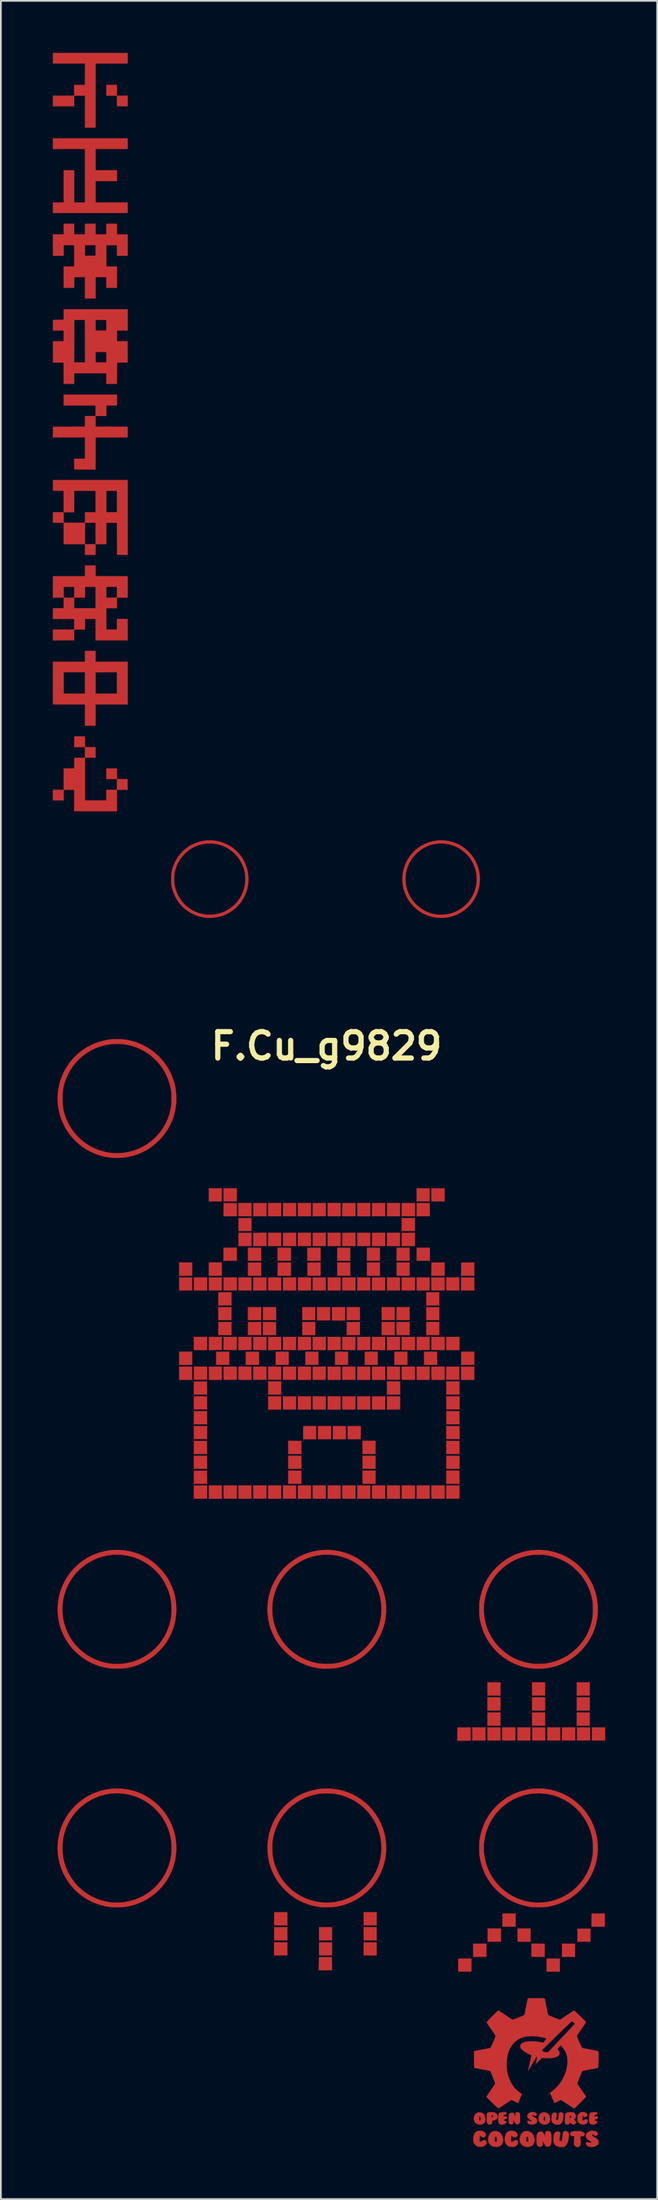
<source format=kicad_pcb>
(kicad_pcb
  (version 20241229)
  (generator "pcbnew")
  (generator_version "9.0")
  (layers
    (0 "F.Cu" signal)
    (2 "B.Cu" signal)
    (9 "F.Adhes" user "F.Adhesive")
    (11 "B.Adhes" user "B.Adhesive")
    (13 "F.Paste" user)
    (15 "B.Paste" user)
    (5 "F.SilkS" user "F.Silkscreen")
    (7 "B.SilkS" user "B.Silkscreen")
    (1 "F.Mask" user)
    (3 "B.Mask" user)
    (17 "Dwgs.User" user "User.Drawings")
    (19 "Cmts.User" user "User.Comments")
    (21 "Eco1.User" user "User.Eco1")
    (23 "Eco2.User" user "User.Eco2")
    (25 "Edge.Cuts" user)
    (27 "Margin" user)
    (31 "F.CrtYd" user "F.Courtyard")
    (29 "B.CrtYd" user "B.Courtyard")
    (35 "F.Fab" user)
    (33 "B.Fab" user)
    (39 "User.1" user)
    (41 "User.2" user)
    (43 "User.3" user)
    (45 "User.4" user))
  (footprint "F.Cu_g9829"
    (layer "F.Cu")
    (at 15.804 57.295)
    (property "Reference" "F.Cu_g9829" (at 0 0 0) (layer "F.SilkS") (effects (font (size 1.524 1.524) (thickness 0.3))))
    (attr through_hole)
    (fp_poly (pts (xy -15.177 -14.173) (xy -15.799 -14.173) (xy -15.799 -14.783) (xy -15.177 -14.783) (xy -15.177 -14.173)) (stroke (width 0.01) (type solid)) (fill yes) (layer "F.Cu"))
    (fp_poly (pts (xy -14.567 -54.216) (xy -15.799 -54.216) (xy -15.799 -54.826) (xy -14.567 -54.826) (xy -14.567 -54.216)) (stroke (width 0.01) (type solid)) (fill yes) (layer "F.Cu"))
    (fp_poly (pts (xy -14.567 -23.406) (xy -15.799 -23.406) (xy -15.799 -24.028) (xy -14.567 -24.028) (xy -14.567 -23.406)) (stroke (width 0.01) (type solid)) (fill yes) (layer "F.Cu"))
    (fp_poly (pts (xy -12.103 -54.826) (xy -12.713 -54.826) (xy -12.713 -55.448) (xy -12.103 -55.448) (xy -12.103 -54.826)) (stroke (width 0.01) (type solid)) (fill yes) (layer "F.Cu"))
    (fp_poly (pts (xy -11.481 -54.216) (xy -12.103 -54.216) (xy -12.103 -54.826) (xy -11.481 -54.826) (xy -11.481 -54.216)) (stroke (width 0.01) (type solid)) (fill yes) (layer "F.Cu"))
    (fp_poly (pts (xy -7.76 13.246) (xy -8.509 13.246) (xy -8.509 12.484) (xy -7.76 12.484) (xy -7.76 13.246)) (stroke (width 0.01) (type solid)) (fill yes) (layer "F.Cu"))
    (fp_poly (pts (xy -7.76 14.097) (xy -8.509 14.097) (xy -8.509 13.348) (xy -7.76 13.348) (xy -7.76 14.097)) (stroke (width 0.01) (type solid)) (fill yes) (layer "F.Cu"))
    (fp_poly (pts (xy -7.76 18.39) (xy -8.509 18.39) (xy -8.509 17.628) (xy -7.76 17.628) (xy -7.76 18.39)) (stroke (width 0.01) (type solid)) (fill yes) (layer "F.Cu"))
    (fp_poly (pts (xy -7.76 19.253) (xy -8.509 19.253) (xy -8.509 18.491) (xy -7.76 18.491) (xy -7.76 19.253)) (stroke (width 0.01) (type solid)) (fill yes) (layer "F.Cu"))
    (fp_poly (pts (xy -6.896 14.097) (xy -7.658 14.097) (xy -7.658 13.348) (xy -6.896 13.348) (xy -6.896 14.097)) (stroke (width 0.01) (type solid)) (fill yes) (layer "F.Cu"))
    (fp_poly (pts (xy -6.896 19.241) (xy -7.658 19.241) (xy -7.658 18.491) (xy -6.896 18.491) (xy -6.896 19.241)) (stroke (width 0.01) (type solid)) (fill yes) (layer "F.Cu"))
    (fp_poly (pts (xy -6.896 20.955) (xy -7.658 20.955) (xy -7.658 20.206) (xy -6.896 20.206) (xy -6.896 20.955)) (stroke (width 0.01) (type solid)) (fill yes) (layer "F.Cu"))
    (fp_poly (pts (xy -6.896 22.669) (xy -7.658 22.669) (xy -7.658 21.92) (xy -6.896 21.92) (xy -6.896 22.669)) (stroke (width 0.01) (type solid)) (fill yes) (layer "F.Cu"))
    (fp_poly (pts (xy -6.896 24.384) (xy -7.658 24.384) (xy -7.658 23.635) (xy -6.896 23.635) (xy -6.896 24.384)) (stroke (width 0.01) (type solid)) (fill yes) (layer "F.Cu"))
    (fp_poly (pts (xy -6.045 8.954) (xy -6.795 8.954) (xy -6.795 8.204) (xy -6.045 8.204) (xy -6.045 8.954)) (stroke (width 0.01) (type solid)) (fill yes) (layer "F.Cu"))
    (fp_poly (pts (xy -6.045 13.246) (xy -6.795 13.246) (xy -6.795 12.484) (xy -6.045 12.484) (xy -6.045 13.246)) (stroke (width 0.01) (type solid)) (fill yes) (layer "F.Cu"))
    (fp_poly (pts (xy -6.045 14.097) (xy -6.795 14.097) (xy -6.795 13.348) (xy -6.045 13.348) (xy -6.045 14.097)) (stroke (width 0.01) (type solid)) (fill yes) (layer "F.Cu"))
    (fp_poly (pts (xy -6.045 19.253) (xy -6.795 19.253) (xy -6.795 18.491) (xy -6.045 18.491) (xy -6.045 19.253)) (stroke (width 0.01) (type solid)) (fill yes) (layer "F.Cu"))
    (fp_poly (pts (xy -6.045 26.111) (xy -6.795 26.111) (xy -6.795 25.349) (xy -6.045 25.349) (xy -6.045 26.111)) (stroke (width 0.01) (type solid)) (fill yes) (layer "F.Cu"))
    (fp_poly (pts (xy -5.613 18.39) (xy -6.376 18.39) (xy -6.369 17.634) (xy -5.613 17.627) (xy -5.613 18.39)) (stroke (width 0.01) (type solid)) (fill yes) (layer "F.Cu"))
    (fp_poly (pts (xy -5.486 14.961) (xy -6.249 14.961) (xy -6.242 14.205) (xy -5.486 14.198) (xy -5.486 14.961)) (stroke (width 0.01) (type solid)) (fill yes) (layer "F.Cu"))
    (fp_poly (pts (xy -5.486 15.812) (xy -6.248 15.812) (xy -6.248 15.062) (xy -5.486 15.062) (xy -5.486 15.812)) (stroke (width 0.01) (type solid)) (fill yes) (layer "F.Cu"))
    (fp_poly (pts (xy -5.486 16.675) (xy -6.249 16.675) (xy -6.242 15.919) (xy -5.486 15.913) (xy -5.486 16.675)) (stroke (width 0.01) (type solid)) (fill yes) (layer "F.Cu"))
    (fp_poly (pts (xy -5.182 8.954) (xy -5.944 8.954) (xy -5.944 8.204) (xy -5.182 8.204) (xy -5.182 8.954)) (stroke (width 0.01) (type solid)) (fill yes) (layer "F.Cu"))
    (fp_poly (pts (xy -5.182 12.383) (xy -5.944 12.383) (xy -5.944 11.633) (xy -5.182 11.633) (xy -5.182 12.383)) (stroke (width 0.01) (type solid)) (fill yes) (layer "F.Cu"))
    (fp_poly (pts (xy -5.182 14.097) (xy -5.944 14.097) (xy -5.944 13.348) (xy -5.182 13.348) (xy -5.182 14.097)) (stroke (width 0.01) (type solid)) (fill yes) (layer "F.Cu"))
    (fp_poly (pts (xy -4.331 9.817) (xy -5.08 9.817) (xy -5.08 9.055) (xy -4.331 9.055) (xy -4.331 9.817)) (stroke (width 0.01) (type solid)) (fill yes) (layer "F.Cu"))
    (fp_poly (pts (xy -4.331 10.668) (xy -5.08 10.668) (xy -5.08 9.919) (xy -4.331 9.919) (xy -4.331 10.668)) (stroke (width 0.01) (type solid)) (fill yes) (layer "F.Cu"))
    (fp_poly (pts (xy -4.331 11.532) (xy -5.08 11.532) (xy -5.08 10.77) (xy -4.331 10.77) (xy -4.331 11.532)) (stroke (width 0.01) (type solid)) (fill yes) (layer "F.Cu"))
    (fp_poly (pts (xy -4.331 14.097) (xy -5.08 14.097) (xy -5.08 13.348) (xy -4.331 13.348) (xy -4.331 14.097)) (stroke (width 0.01) (type solid)) (fill yes) (layer "F.Cu"))
    (fp_poly (pts (xy -4.331 19.253) (xy -5.08 19.253) (xy -5.08 18.491) (xy -4.331 18.491) (xy -4.331 19.253)) (stroke (width 0.01) (type solid)) (fill yes) (layer "F.Cu"))
    (fp_poly (pts (xy -4.331 26.111) (xy -5.08 26.111) (xy -5.08 25.349) (xy -4.331 25.349) (xy -4.331 26.111)) (stroke (width 0.01) (type solid)) (fill yes) (layer "F.Cu"))
    (fp_poly (pts (xy -3.899 18.39) (xy -4.661 18.39) (xy -4.655 17.634) (xy -3.899 17.627) (xy -3.899 18.39)) (stroke (width 0.01) (type solid)) (fill yes) (layer "F.Cu"))
    (fp_poly (pts (xy -3.772 12.383) (xy -4.534 12.383) (xy -4.534 11.633) (xy -3.772 11.633) (xy -3.772 12.383)) (stroke (width 0.01) (type solid)) (fill yes) (layer "F.Cu"))
    (fp_poly (pts (xy -3.772 13.246) (xy -4.534 13.246) (xy -4.528 12.49) (xy -3.772 12.484) (xy -3.772 13.246)) (stroke (width 0.01) (type solid)) (fill yes) (layer "F.Cu"))
    (fp_poly (pts (xy -3.772 15.812) (xy -4.534 15.812) (xy -4.534 15.062) (xy -3.772 15.062) (xy -3.772 15.812)) (stroke (width 0.01) (type solid)) (fill yes) (layer "F.Cu"))
    (fp_poly (pts (xy -3.772 16.675) (xy -4.534 16.675) (xy -4.528 15.919) (xy -3.772 15.913) (xy -3.772 16.675)) (stroke (width 0.01) (type solid)) (fill yes) (layer "F.Cu"))
    (fp_poly (pts (xy -3.467 9.817) (xy -4.229 9.817) (xy -4.223 9.061) (xy -3.467 9.055) (xy -3.467 9.817)) (stroke (width 0.01) (type solid)) (fill yes) (layer "F.Cu"))
    (fp_poly (pts (xy -3.467 11.532) (xy -4.229 11.532) (xy -4.223 10.776) (xy -3.467 10.769) (xy -3.467 11.532)) (stroke (width 0.01) (type solid)) (fill yes) (layer "F.Cu"))
    (fp_poly (pts (xy -3.467 14.097) (xy -4.229 14.097) (xy -4.229 13.348) (xy -3.467 13.348) (xy -3.467 14.097)) (stroke (width 0.01) (type solid)) (fill yes) (layer "F.Cu"))
    (fp_poly (pts (xy -2.908 15.812) (xy -3.67 15.812) (xy -3.67 15.062) (xy -2.908 15.062) (xy -2.908 15.812)) (stroke (width 0.01) (type solid)) (fill yes) (layer "F.Cu"))
    (fp_poly (pts (xy -2.616 9.817) (xy -3.365 9.817) (xy -3.365 9.055) (xy -2.616 9.055) (xy -2.616 9.817)) (stroke (width 0.01) (type solid)) (fill yes) (layer "F.Cu"))
    (fp_poly (pts (xy -2.616 11.532) (xy -3.365 11.532) (xy -3.365 10.77) (xy -2.616 10.77) (xy -2.616 11.532)) (stroke (width 0.01) (type solid)) (fill yes) (layer "F.Cu"))
    (fp_poly (pts (xy -2.616 14.097) (xy -3.365 14.097) (xy -3.365 13.348) (xy -2.616 13.348) (xy -2.616 14.097)) (stroke (width 0.01) (type solid)) (fill yes) (layer "F.Cu"))
    (fp_poly (pts (xy -2.616 19.241) (xy -3.365 19.241) (xy -3.365 18.491) (xy -2.616 18.491) (xy -2.616 19.241)) (stroke (width 0.01) (type solid)) (fill yes) (layer "F.Cu"))
    (fp_poly (pts (xy -2.616 20.104) (xy -3.365 20.104) (xy -3.365 19.342) (xy -2.616 19.342) (xy -2.616 20.104)) (stroke (width 0.01) (type solid)) (fill yes) (layer "F.Cu"))
    (fp_poly (pts (xy -2.616 20.968) (xy -3.365 20.968) (xy -3.365 20.206) (xy -2.616 20.206) (xy -2.616 20.968)) (stroke (width 0.01) (type solid)) (fill yes) (layer "F.Cu"))
    (fp_poly (pts (xy -2.616 26.111) (xy -3.365 26.111) (xy -3.365 25.349) (xy -2.616 25.349) (xy -2.616 26.111)) (stroke (width 0.01) (type solid)) (fill yes) (layer "F.Cu"))
    (fp_poly (pts (xy -2.261 52.451) (xy -3.023 52.451) (xy -3.023 51.702) (xy -2.261 51.702) (xy -2.261 52.451)) (stroke (width 0.01) (type solid)) (fill yes) (layer "F.Cu"))
    (fp_poly (pts (xy -2.184 18.39) (xy -2.934 18.39) (xy -2.934 17.628) (xy -2.184 17.628) (xy -2.184 18.39)) (stroke (width 0.01) (type solid)) (fill yes) (layer "F.Cu"))
    (fp_poly (pts (xy -2.057 12.383) (xy -2.819 12.383) (xy -2.819 11.633) (xy -2.057 11.633) (xy -2.057 12.383)) (stroke (width 0.01) (type solid)) (fill yes) (layer "F.Cu"))
    (fp_poly (pts (xy -2.057 13.246) (xy -2.82 13.246) (xy -2.813 12.49) (xy -2.057 12.484) (xy -2.057 13.246)) (stroke (width 0.01) (type solid)) (fill yes) (layer "F.Cu"))
    (fp_poly (pts (xy -1.753 9.817) (xy -2.515 9.817) (xy -2.508 9.061) (xy -1.753 9.055) (xy -1.753 9.817)) (stroke (width 0.01) (type solid)) (fill yes) (layer "F.Cu"))
    (fp_poly (pts (xy -1.753 11.532) (xy -2.515 11.532) (xy -2.508 10.776) (xy -1.753 10.769) (xy -1.753 11.532)) (stroke (width 0.01) (type solid)) (fill yes) (layer "F.Cu"))
    (fp_poly (pts (xy -1.753 14.097) (xy -2.515 14.097) (xy -2.515 13.348) (xy -1.753 13.348) (xy -1.753 14.097)) (stroke (width 0.01) (type solid)) (fill yes) (layer "F.Cu"))
    (fp_poly (pts (xy -1.448 24.384) (xy -2.21 24.384) (xy -2.21 23.635) (xy -1.448 23.635) (xy -1.448 24.384)) (stroke (width 0.01) (type solid)) (fill yes) (layer "F.Cu"))
    (fp_poly (pts (xy -0.902 9.817) (xy -1.651 9.817) (xy -1.651 9.055) (xy -0.902 9.055) (xy -0.902 9.817)) (stroke (width 0.01) (type solid)) (fill yes) (layer "F.Cu"))
    (fp_poly (pts (xy -0.902 11.532) (xy -1.651 11.532) (xy -1.651 10.77) (xy -0.902 10.77) (xy -0.902 11.532)) (stroke (width 0.01) (type solid)) (fill yes) (layer "F.Cu"))
    (fp_poly (pts (xy -0.902 14.097) (xy -1.651 14.097) (xy -1.651 13.348) (xy -0.902 13.348) (xy -0.902 14.097)) (stroke (width 0.01) (type solid)) (fill yes) (layer "F.Cu"))
    (fp_poly (pts (xy -0.902 19.253) (xy -1.651 19.253) (xy -1.651 18.491) (xy -0.902 18.491) (xy -0.902 19.253)) (stroke (width 0.01) (type solid)) (fill yes) (layer "F.Cu"))
    (fp_poly (pts (xy -0.902 20.968) (xy -1.651 20.968) (xy -1.651 20.206) (xy -0.902 20.206) (xy -0.902 20.968)) (stroke (width 0.01) (type solid)) (fill yes) (layer "F.Cu"))
    (fp_poly (pts (xy -0.902 26.111) (xy -1.651 26.111) (xy -1.651 25.349) (xy -0.902 25.349) (xy -0.902 26.111)) (stroke (width 0.01) (type solid)) (fill yes) (layer "F.Cu"))
    (fp_poly (pts (xy -0.648 15.812) (xy -1.397 15.812) (xy -1.397 15.062) (xy -0.648 15.062) (xy -0.648 15.812)) (stroke (width 0.01) (type solid)) (fill yes) (layer "F.Cu"))
    (fp_poly (pts (xy -0.648 16.675) (xy -1.397 16.675) (xy -1.397 15.913) (xy -0.648 15.913) (xy -0.648 16.675)) (stroke (width 0.01) (type solid)) (fill yes) (layer "F.Cu"))
    (fp_poly (pts (xy -0.597 22.682) (xy -1.346 22.682) (xy -1.346 21.92) (xy -0.597 21.92) (xy -0.597 22.682)) (stroke (width 0.01) (type solid)) (fill yes) (layer "F.Cu"))
    (fp_poly (pts (xy -0.47 18.39) (xy -1.219 18.39) (xy -1.219 17.628) (xy -0.47 17.628) (xy -0.47 18.39)) (stroke (width 0.01) (type solid)) (fill yes) (layer "F.Cu"))
    (fp_poly (pts (xy -0.343 12.383) (xy -1.105 12.383) (xy -1.105 11.633) (xy -0.343 11.633) (xy -0.343 12.383)) (stroke (width 0.01) (type solid)) (fill yes) (layer "F.Cu"))
    (fp_poly (pts (xy -0.038 9.817) (xy -0.8 9.817) (xy -0.794 9.061) (xy -0.038 9.055) (xy -0.038 9.817)) (stroke (width 0.01) (type solid)) (fill yes) (layer "F.Cu"))
    (fp_poly (pts (xy -0.038 11.532) (xy -0.8 11.532) (xy -0.794 10.776) (xy -0.038 10.769) (xy -0.038 11.532)) (stroke (width 0.01) (type solid)) (fill yes) (layer "F.Cu"))
    (fp_poly (pts (xy -0.038 14.097) (xy -0.8 14.097) (xy -0.8 13.348) (xy -0.038 13.348) (xy -0.038 14.097)) (stroke (width 0.01) (type solid)) (fill yes) (layer "F.Cu"))
    (fp_poly (pts (xy 0.318 51.587) (xy -0.432 51.587) (xy -0.432 50.825) (xy 0.318 50.825) (xy 0.318 51.587)) (stroke (width 0.01) (type solid)) (fill yes) (layer "F.Cu"))
    (fp_poly (pts (xy 0.318 52.451) (xy -0.432 52.451) (xy -0.432 51.702) (xy 0.318 51.702) (xy 0.318 52.451)) (stroke (width 0.01) (type solid)) (fill yes) (layer "F.Cu"))
    (fp_poly (pts (xy 0.813 9.817) (xy 0.064 9.817) (xy 0.064 9.055) (xy 0.813 9.055) (xy 0.813 9.817)) (stroke (width 0.01) (type solid)) (fill yes) (layer "F.Cu"))
    (fp_poly (pts (xy 0.813 11.532) (xy 0.064 11.532) (xy 0.064 10.77) (xy 0.813 10.77) (xy 0.813 11.532)) (stroke (width 0.01) (type solid)) (fill yes) (layer "F.Cu"))
    (fp_poly (pts (xy 0.813 14.097) (xy 0.064 14.097) (xy 0.064 13.348) (xy 0.813 13.348) (xy 0.813 14.097)) (stroke (width 0.01) (type solid)) (fill yes) (layer "F.Cu"))
    (fp_poly (pts (xy 0.813 19.253) (xy 0.064 19.253) (xy 0.064 18.491) (xy 0.813 18.491) (xy 0.813 19.253)) (stroke (width 0.01) (type solid)) (fill yes) (layer "F.Cu"))
    (fp_poly (pts (xy 0.813 20.968) (xy 0.064 20.968) (xy 0.064 20.206) (xy 0.813 20.206) (xy 0.813 20.968)) (stroke (width 0.01) (type solid)) (fill yes) (layer "F.Cu"))
    (fp_poly (pts (xy 0.813 26.111) (xy 0.064 26.111) (xy 0.064 25.349) (xy 0.813 25.349) (xy 0.813 26.111)) (stroke (width 0.01) (type solid)) (fill yes) (layer "F.Cu"))
    (fp_poly (pts (xy 1.067 15.824) (xy 0.318 15.824) (xy 0.318 15.062) (xy 1.067 15.062) (xy 1.067 15.824)) (stroke (width 0.01) (type solid)) (fill yes) (layer "F.Cu"))
    (fp_poly (pts (xy 1.118 22.682) (xy 0.368 22.682) (xy 0.368 21.92) (xy 1.118 21.92) (xy 1.118 22.682)) (stroke (width 0.01) (type solid)) (fill yes) (layer "F.Cu"))
    (fp_poly (pts (xy 1.245 18.39) (xy 0.495 18.39) (xy 0.495 17.628) (xy 1.245 17.628) (xy 1.245 18.39)) (stroke (width 0.01) (type solid)) (fill yes) (layer "F.Cu"))
    (fp_poly (pts (xy 1.372 12.383) (xy 0.622 12.383) (xy 0.622 11.633) (xy 1.372 11.633) (xy 1.372 12.383)) (stroke (width 0.01) (type solid)) (fill yes) (layer "F.Cu"))
    (fp_poly (pts (xy 1.372 13.246) (xy 0.622 13.246) (xy 0.622 12.484) (xy 1.372 12.484) (xy 1.372 13.246)) (stroke (width 0.01) (type solid)) (fill yes) (layer "F.Cu"))
    (fp_poly (pts (xy 1.676 9.817) (xy 0.914 9.817) (xy 0.921 9.061) (xy 1.676 9.055) (xy 1.676 9.817)) (stroke (width 0.01) (type solid)) (fill yes) (layer "F.Cu"))
    (fp_poly (pts (xy 1.676 11.532) (xy 0.914 11.532) (xy 0.921 10.776) (xy 1.676 10.769) (xy 1.676 11.532)) (stroke (width 0.01) (type solid)) (fill yes) (layer "F.Cu"))
    (fp_poly (pts (xy 1.676 14.097) (xy 0.914 14.097) (xy 0.914 13.348) (xy 1.676 13.348) (xy 1.676 14.097)) (stroke (width 0.01) (type solid)) (fill yes) (layer "F.Cu"))
    (fp_poly (pts (xy 1.93 15.812) (xy 1.168 15.812) (xy 1.168 15.062) (xy 1.93 15.062) (xy 1.93 15.812)) (stroke (width 0.01) (type solid)) (fill yes) (layer "F.Cu"))
    (fp_poly (pts (xy 1.93 16.675) (xy 1.168 16.675) (xy 1.175 15.919) (xy 1.93 15.913) (xy 1.93 16.675)) (stroke (width 0.01) (type solid)) (fill yes) (layer "F.Cu"))
    (fp_poly (pts (xy 2.527 9.817) (xy 1.778 9.817) (xy 1.778 9.055) (xy 2.527 9.055) (xy 2.527 9.817)) (stroke (width 0.01) (type solid)) (fill yes) (layer "F.Cu"))
    (fp_poly (pts (xy 2.527 11.532) (xy 1.778 11.532) (xy 1.778 10.77) (xy 2.527 10.77) (xy 2.527 11.532)) (stroke (width 0.01) (type solid)) (fill yes) (layer "F.Cu"))
    (fp_poly (pts (xy 2.527 14.097) (xy 1.778 14.097) (xy 1.778 13.348) (xy 2.527 13.348) (xy 2.527 14.097)) (stroke (width 0.01) (type solid)) (fill yes) (layer "F.Cu"))
    (fp_poly (pts (xy 2.527 19.253) (xy 1.778 19.253) (xy 1.778 18.491) (xy 2.527 18.491) (xy 2.527 19.253)) (stroke (width 0.01) (type solid)) (fill yes) (layer "F.Cu"))
    (fp_poly (pts (xy 2.527 20.968) (xy 1.778 20.968) (xy 1.778 20.206) (xy 2.527 20.206) (xy 2.527 20.968)) (stroke (width 0.01) (type solid)) (fill yes) (layer "F.Cu"))
    (fp_poly (pts (xy 2.527 26.111) (xy 1.778 26.111) (xy 1.778 25.349) (xy 2.527 25.349) (xy 2.527 26.111)) (stroke (width 0.01) (type solid)) (fill yes) (layer "F.Cu"))
    (fp_poly (pts (xy 2.832 23.533) (xy 2.083 23.533) (xy 2.083 22.771) (xy 2.832 22.771) (xy 2.832 23.533)) (stroke (width 0.01) (type solid)) (fill yes) (layer "F.Cu"))
    (fp_poly (pts (xy 2.832 24.384) (xy 2.083 24.384) (xy 2.083 23.635) (xy 2.832 23.635) (xy 2.832 24.384)) (stroke (width 0.01) (type solid)) (fill yes) (layer "F.Cu"))
    (fp_poly (pts (xy 2.832 25.248) (xy 2.083 25.248) (xy 2.083 24.486) (xy 2.832 24.486) (xy 2.832 25.248)) (stroke (width 0.01) (type solid)) (fill yes) (layer "F.Cu"))
    (fp_poly (pts (xy 2.896 50.724) (xy 2.146 50.724) (xy 2.146 49.962) (xy 2.896 49.962) (xy 2.896 50.724)) (stroke (width 0.01) (type solid)) (fill yes) (layer "F.Cu"))
    (fp_poly (pts (xy 2.896 51.587) (xy 2.146 51.587) (xy 2.146 50.825) (xy 2.896 50.825) (xy 2.896 51.587)) (stroke (width 0.01) (type solid)) (fill yes) (layer "F.Cu"))
    (fp_poly (pts (xy 2.896 52.451) (xy 2.146 52.451) (xy 2.146 51.702) (xy 2.896 51.702) (xy 2.896 52.451)) (stroke (width 0.01) (type solid)) (fill yes) (layer "F.Cu"))
    (fp_poly (pts (xy 2.959 18.39) (xy 2.21 18.39) (xy 2.21 17.628) (xy 2.959 17.628) (xy 2.959 18.39)) (stroke (width 0.01) (type solid)) (fill yes) (layer "F.Cu"))
    (fp_poly (pts (xy 3.086 12.383) (xy 2.337 12.383) (xy 2.337 11.633) (xy 3.086 11.633) (xy 3.086 12.383)) (stroke (width 0.01) (type solid)) (fill yes) (layer "F.Cu"))
    (fp_poly (pts (xy 3.086 13.246) (xy 2.337 13.246) (xy 2.337 12.484) (xy 3.086 12.484) (xy 3.086 13.246)) (stroke (width 0.01) (type solid)) (fill yes) (layer "F.Cu"))
    (fp_poly (pts (xy 3.391 9.817) (xy 2.629 9.817) (xy 2.635 9.061) (xy 3.391 9.055) (xy 3.391 9.817)) (stroke (width 0.01) (type solid)) (fill yes) (layer "F.Cu"))
    (fp_poly (pts (xy 3.391 11.532) (xy 2.629 11.532) (xy 2.635 10.776) (xy 3.391 10.769) (xy 3.391 11.532)) (stroke (width 0.01) (type solid)) (fill yes) (layer "F.Cu"))
    (fp_poly (pts (xy 3.391 14.097) (xy 2.629 14.097) (xy 2.629 13.348) (xy 3.391 13.348) (xy 3.391 14.097)) (stroke (width 0.01) (type solid)) (fill yes) (layer "F.Cu"))
    (fp_poly (pts (xy 3.937 15.812) (xy 3.188 15.812) (xy 3.188 15.062) (xy 3.937 15.062) (xy 3.937 15.812)) (stroke (width 0.01) (type solid)) (fill yes) (layer "F.Cu"))
    (fp_poly (pts (xy 3.937 16.675) (xy 3.188 16.675) (xy 3.188 15.913) (xy 3.937 15.913) (xy 3.937 16.675)) (stroke (width 0.01) (type solid)) (fill yes) (layer "F.Cu"))
    (fp_poly (pts (xy 4.242 9.817) (xy 3.493 9.817) (xy 3.493 9.055) (xy 4.242 9.055) (xy 4.242 9.817)) (stroke (width 0.01) (type solid)) (fill yes) (layer "F.Cu"))
    (fp_poly (pts (xy 4.242 11.532) (xy 3.493 11.532) (xy 3.493 10.77) (xy 4.242 10.77) (xy 4.242 11.532)) (stroke (width 0.01) (type solid)) (fill yes) (layer "F.Cu"))
    (fp_poly (pts (xy 4.242 14.097) (xy 3.493 14.097) (xy 3.493 13.348) (xy 4.242 13.348) (xy 4.242 14.097)) (stroke (width 0.01) (type solid)) (fill yes) (layer "F.Cu"))
    (fp_poly (pts (xy 4.242 19.241) (xy 3.493 19.241) (xy 3.493 18.491) (xy 4.242 18.491) (xy 4.242 19.241)) (stroke (width 0.01) (type solid)) (fill yes) (layer "F.Cu"))
    (fp_poly (pts (xy 4.242 26.111) (xy 3.493 26.111) (xy 3.493 25.349) (xy 4.242 25.349) (xy 4.242 26.111)) (stroke (width 0.01) (type solid)) (fill yes) (layer "F.Cu"))
    (fp_poly (pts (xy 4.674 18.39) (xy 3.924 18.39) (xy 3.924 17.628) (xy 4.674 17.628) (xy 4.674 18.39)) (stroke (width 0.01) (type solid)) (fill yes) (layer "F.Cu"))
    (fp_poly (pts (xy 4.801 12.383) (xy 4.051 12.383) (xy 4.051 11.633) (xy 4.801 11.633) (xy 4.801 12.383)) (stroke (width 0.01) (type solid)) (fill yes) (layer "F.Cu"))
    (fp_poly (pts (xy 4.801 13.246) (xy 4.051 13.246) (xy 4.051 12.484) (xy 4.801 12.484) (xy 4.801 13.246)) (stroke (width 0.01) (type solid)) (fill yes) (layer "F.Cu"))
    (fp_poly (pts (xy 4.801 15.812) (xy 4.051 15.812) (xy 4.051 15.062) (xy 4.801 15.062) (xy 4.801 15.812)) (stroke (width 0.01) (type solid)) (fill yes) (layer "F.Cu"))
    (fp_poly (pts (xy 4.801 16.675) (xy 4.051 16.675) (xy 4.051 15.913) (xy 4.801 15.913) (xy 4.801 16.675)) (stroke (width 0.01) (type solid)) (fill yes) (layer "F.Cu"))
    (fp_poly (pts (xy 5.105 9.817) (xy 4.343 9.817) (xy 4.35 9.061) (xy 5.105 9.055) (xy 5.105 9.817)) (stroke (width 0.01) (type solid)) (fill yes) (layer "F.Cu"))
    (fp_poly (pts (xy 5.105 10.668) (xy 4.343 10.668) (xy 4.343 9.919) (xy 5.105 9.919) (xy 5.105 10.668)) (stroke (width 0.01) (type solid)) (fill yes) (layer "F.Cu"))
    (fp_poly (pts (xy 5.105 11.532) (xy 4.343 11.532) (xy 4.35 10.776) (xy 5.105 10.769) (xy 5.105 11.532)) (stroke (width 0.01) (type solid)) (fill yes) (layer "F.Cu"))
    (fp_poly (pts (xy 5.105 14.097) (xy 4.343 14.097) (xy 4.343 13.348) (xy 5.105 13.348) (xy 5.105 14.097)) (stroke (width 0.01) (type solid)) (fill yes) (layer "F.Cu"))
    (fp_poly (pts (xy 5.956 8.954) (xy 5.207 8.954) (xy 5.207 8.204) (xy 5.956 8.204) (xy 5.956 8.954)) (stroke (width 0.01) (type solid)) (fill yes) (layer "F.Cu"))
    (fp_poly (pts (xy 5.956 14.097) (xy 5.207 14.097) (xy 5.207 13.348) (xy 5.956 13.348) (xy 5.956 14.097)) (stroke (width 0.01) (type solid)) (fill yes) (layer "F.Cu"))
    (fp_poly (pts (xy 5.956 19.253) (xy 5.207 19.253) (xy 5.207 18.491) (xy 5.956 18.491) (xy 5.956 19.253)) (stroke (width 0.01) (type solid)) (fill yes) (layer "F.Cu"))
    (fp_poly (pts (xy 5.956 26.111) (xy 5.207 26.111) (xy 5.207 25.349) (xy 5.956 25.349) (xy 5.956 26.111)) (stroke (width 0.01) (type solid)) (fill yes) (layer "F.Cu"))
    (fp_poly (pts (xy 5.969 12.383) (xy 5.207 12.383) (xy 5.207 11.633) (xy 5.969 11.633) (xy 5.969 12.383)) (stroke (width 0.01) (type solid)) (fill yes) (layer "F.Cu"))
    (fp_poly (pts (xy 6.388 18.39) (xy 5.639 18.39) (xy 5.639 17.628) (xy 6.388 17.628) (xy 6.388 18.39)) (stroke (width 0.01) (type solid)) (fill yes) (layer "F.Cu"))
    (fp_poly (pts (xy 6.515 14.961) (xy 5.766 14.961) (xy 5.766 14.199) (xy 6.515 14.199) (xy 6.515 14.961)) (stroke (width 0.01) (type solid)) (fill yes) (layer "F.Cu"))
    (fp_poly (pts (xy 6.515 15.812) (xy 5.766 15.812) (xy 5.766 15.062) (xy 6.515 15.062) (xy 6.515 15.812)) (stroke (width 0.01) (type solid)) (fill yes) (layer "F.Cu"))
    (fp_poly (pts (xy 6.515 16.675) (xy 5.766 16.675) (xy 5.766 15.913) (xy 6.515 15.913) (xy 6.515 16.675)) (stroke (width 0.01) (type solid)) (fill yes) (layer "F.Cu"))
    (fp_poly (pts (xy 6.82 8.954) (xy 6.058 8.954) (xy 6.058 8.204) (xy 6.82 8.204) (xy 6.82 8.954)) (stroke (width 0.01) (type solid)) (fill yes) (layer "F.Cu"))
    (fp_poly (pts (xy 6.82 13.246) (xy 6.058 13.246) (xy 6.064 12.49) (xy 6.82 12.484) (xy 6.82 13.246)) (stroke (width 0.01) (type solid)) (fill yes) (layer "F.Cu"))
    (fp_poly (pts (xy 6.82 14.097) (xy 6.058 14.097) (xy 6.058 13.348) (xy 6.82 13.348) (xy 6.82 14.097)) (stroke (width 0.01) (type solid)) (fill yes) (layer "F.Cu"))
    (fp_poly (pts (xy 7.671 14.097) (xy 6.921 14.097) (xy 6.921 13.348) (xy 7.671 13.348) (xy 7.671 14.097)) (stroke (width 0.01) (type solid)) (fill yes) (layer "F.Cu"))
    (fp_poly (pts (xy 7.671 19.241) (xy 6.921 19.241) (xy 6.921 18.491) (xy 7.671 18.491) (xy 7.671 19.241)) (stroke (width 0.01) (type solid)) (fill yes) (layer "F.Cu"))
    (fp_poly (pts (xy 7.684 20.955) (xy 6.921 20.955) (xy 6.921 20.206) (xy 7.684 20.206) (xy 7.684 20.955)) (stroke (width 0.01) (type solid)) (fill yes) (layer "F.Cu"))
    (fp_poly (pts (xy 7.684 22.669) (xy 6.921 22.669) (xy 6.921 21.92) (xy 7.684 21.92) (xy 7.684 22.669)) (stroke (width 0.01) (type solid)) (fill yes) (layer "F.Cu"))
    (fp_poly (pts (xy 7.684 24.384) (xy 6.921 24.384) (xy 6.921 23.635) (xy 7.684 23.635) (xy 7.684 24.384)) (stroke (width 0.01) (type solid)) (fill yes) (layer "F.Cu"))
    (fp_poly (pts (xy 8.319 40.069) (xy 7.556 40.069) (xy 7.563 39.313) (xy 8.319 39.306) (xy 8.319 40.069)) (stroke (width 0.01) (type solid)) (fill yes) (layer "F.Cu"))
    (fp_poly (pts (xy 8.369 53.391) (xy 7.607 53.391) (xy 7.607 52.642) (xy 8.369 52.642) (xy 8.369 53.391)) (stroke (width 0.01) (type solid)) (fill yes) (layer "F.Cu"))
    (fp_poly (pts (xy 8.534 13.246) (xy 7.772 13.246) (xy 7.779 12.49) (xy 8.534 12.484) (xy 8.534 13.246)) (stroke (width 0.01) (type solid)) (fill yes) (layer "F.Cu"))
    (fp_poly (pts (xy 8.534 14.097) (xy 7.772 14.097) (xy 7.772 13.348) (xy 8.534 13.348) (xy 8.534 14.097)) (stroke (width 0.01) (type solid)) (fill yes) (layer "F.Cu"))
    (fp_poly (pts (xy 8.534 18.39) (xy 7.772 18.39) (xy 7.779 17.634) (xy 8.534 17.627) (xy 8.534 18.39)) (stroke (width 0.01) (type solid)) (fill yes) (layer "F.Cu"))
    (fp_poly (pts (xy 9.182 40.056) (xy 8.42 40.056) (xy 8.42 39.306) (xy 9.182 39.306) (xy 9.182 40.056)) (stroke (width 0.01) (type solid)) (fill yes) (layer "F.Cu"))
    (fp_poly (pts (xy 10.046 37.465) (xy 9.296 37.465) (xy 9.296 36.703) (xy 10.046 36.703) (xy 10.046 37.465)) (stroke (width 0.01) (type solid)) (fill yes) (layer "F.Cu"))
    (fp_poly (pts (xy 10.046 38.329) (xy 9.296 38.329) (xy 9.296 37.567) (xy 10.046 37.567) (xy 10.046 38.329)) (stroke (width 0.01) (type solid)) (fill yes) (layer "F.Cu"))
    (fp_poly (pts (xy 10.046 39.205) (xy 9.296 39.205) (xy 9.296 38.443) (xy 10.046 38.443) (xy 10.046 39.205)) (stroke (width 0.01) (type solid)) (fill yes) (layer "F.Cu"))
    (fp_poly (pts (xy 10.046 40.056) (xy 9.296 40.056) (xy 9.296 39.306) (xy 10.046 39.306) (xy 10.046 40.056)) (stroke (width 0.01) (type solid)) (fill yes) (layer "F.Cu"))
    (fp_poly (pts (xy 10.071 51.664) (xy 9.309 51.664) (xy 9.309 50.902) (xy 10.071 50.902) (xy 10.071 51.664)) (stroke (width 0.01) (type solid)) (fill yes) (layer "F.Cu"))
    (fp_poly (pts (xy 10.909 40.056) (xy 10.147 40.056) (xy 10.147 39.306) (xy 10.909 39.306) (xy 10.909 40.056)) (stroke (width 0.01) (type solid)) (fill yes) (layer "F.Cu"))
    (fp_poly (pts (xy 10.922 50.8) (xy 10.16 50.8) (xy 10.16 50.038) (xy 10.922 50.038) (xy 10.922 50.8)) (stroke (width 0.01) (type solid)) (fill yes) (layer "F.Cu"))
    (fp_poly (pts (xy 11.773 40.056) (xy 11.024 40.056) (xy 11.024 39.306) (xy 11.773 39.306) (xy 11.773 40.056)) (stroke (width 0.01) (type solid)) (fill yes) (layer "F.Cu"))
    (fp_poly (pts (xy 11.786 51.664) (xy 11.036 51.664) (xy 11.036 50.902) (xy 11.786 50.902) (xy 11.786 51.664)) (stroke (width 0.01) (type solid)) (fill yes) (layer "F.Cu"))
    (fp_poly (pts (xy 12.624 37.465) (xy 11.874 37.465) (xy 11.874 36.703) (xy 12.624 36.703) (xy 12.624 37.465)) (stroke (width 0.01) (type solid)) (fill yes) (layer "F.Cu"))
    (fp_poly (pts (xy 12.624 38.329) (xy 11.874 38.329) (xy 11.874 37.567) (xy 12.624 37.567) (xy 12.624 38.329)) (stroke (width 0.01) (type solid)) (fill yes) (layer "F.Cu"))
    (fp_poly (pts (xy 12.624 39.205) (xy 11.874 39.205) (xy 11.874 38.443) (xy 12.624 38.443) (xy 12.624 39.205)) (stroke (width 0.01) (type solid)) (fill yes) (layer "F.Cu"))
    (fp_poly (pts (xy 12.636 40.056) (xy 11.887 40.056) (xy 11.887 39.306) (xy 12.636 39.306) (xy 12.636 40.056)) (stroke (width 0.01) (type solid)) (fill yes) (layer "F.Cu"))
    (fp_poly (pts (xy 13.475 53.391) (xy 12.713 53.391) (xy 12.713 52.642) (xy 13.475 52.642) (xy 13.475 53.391)) (stroke (width 0.01) (type solid)) (fill yes) (layer "F.Cu"))
    (fp_poly (pts (xy 13.5 40.056) (xy 12.751 40.056) (xy 12.751 39.306) (xy 13.5 39.306) (xy 13.5 40.056)) (stroke (width 0.01) (type solid)) (fill yes) (layer "F.Cu"))
    (fp_poly (pts (xy 14.351 52.54) (xy 13.602 52.54) (xy 13.602 51.778) (xy 14.351 51.778) (xy 14.351 52.54)) (stroke (width 0.01) (type solid)) (fill yes) (layer "F.Cu"))
    (fp_poly (pts (xy 14.364 40.056) (xy 13.602 40.056) (xy 13.602 39.306) (xy 14.364 39.306) (xy 14.364 40.056)) (stroke (width 0.01) (type solid)) (fill yes) (layer "F.Cu"))
    (fp_poly (pts (xy 15.202 37.465) (xy 14.453 37.465) (xy 14.453 36.703) (xy 15.202 36.703) (xy 15.202 37.465)) (stroke (width 0.01) (type solid)) (fill yes) (layer "F.Cu"))
    (fp_poly (pts (xy 15.202 38.329) (xy 14.453 38.329) (xy 14.453 37.567) (xy 15.202 37.567) (xy 15.202 38.329)) (stroke (width 0.01) (type solid)) (fill yes) (layer "F.Cu"))
    (fp_poly (pts (xy 15.202 39.205) (xy 14.453 39.205) (xy 14.453 38.443) (xy 15.202 38.443) (xy 15.202 39.205)) (stroke (width 0.01) (type solid)) (fill yes) (layer "F.Cu"))
    (fp_poly (pts (xy 15.227 40.056) (xy 14.465 40.056) (xy 14.465 39.306) (xy 15.227 39.306) (xy 15.227 40.056)) (stroke (width 0.01) (type solid)) (fill yes) (layer "F.Cu"))
    (fp_poly (pts (xy 15.24 51.664) (xy 14.491 51.664) (xy 14.491 50.914) (xy 15.24 50.914) (xy 15.24 51.664)) (stroke (width 0.01) (type solid)) (fill yes) (layer "F.Cu"))
    (fp_poly (pts (xy 16.091 40.056) (xy 15.329 40.056) (xy 15.329 39.306) (xy 16.091 39.306) (xy 16.091 40.056)) (stroke (width 0.01) (type solid)) (fill yes) (layer "F.Cu"))
    (fp_poly (pts (xy -6.899 19.726) (xy -6.896 20.104) (xy -7.658 20.104) (xy -7.652 19.348) (xy -6.902 19.348) (xy -6.899 19.726)) (stroke (width 0.01) (type solid)) (fill yes) (layer "F.Cu"))
    (fp_poly (pts (xy -6.899 21.441) (xy -6.896 21.819) (xy -7.658 21.819) (xy -7.652 21.063) (xy -6.902 21.063) (xy -6.899 21.441)) (stroke (width 0.01) (type solid)) (fill yes) (layer "F.Cu"))
    (fp_poly (pts (xy -6.899 23.155) (xy -6.896 23.533) (xy -7.658 23.533) (xy -7.652 22.777) (xy -6.902 22.777) (xy -6.899 23.155)) (stroke (width 0.01) (type solid)) (fill yes) (layer "F.Cu"))
    (fp_poly (pts (xy -6.899 24.87) (xy -6.896 25.248) (xy -7.658 25.248) (xy -7.652 24.492) (xy -6.902 24.492) (xy -6.899 24.87)) (stroke (width 0.01) (type solid)) (fill yes) (layer "F.Cu"))
    (fp_poly (pts (xy -5.185 9.439) (xy -5.181 9.817) (xy -5.944 9.817) (xy -5.937 9.061) (xy -5.188 9.061) (xy -5.185 9.439)) (stroke (width 0.01) (type solid)) (fill yes) (layer "F.Cu"))
    (fp_poly (pts (xy -2.915 15.919) (xy -2.911 16.297) (xy -2.908 16.675) (xy -3.67 16.675) (xy -3.67 15.913) (xy -2.915 15.919)) (stroke (width 0.01) (type solid)) (fill yes) (layer "F.Cu"))
    (fp_poly (pts (xy -1.454 22.777) (xy -1.451 23.155) (xy -1.447 23.533) (xy -2.21 23.533) (xy -2.21 22.771) (xy -1.454 22.777)) (stroke (width 0.01) (type solid)) (fill yes) (layer "F.Cu"))
    (fp_poly (pts (xy -1.454 24.492) (xy -1.451 24.87) (xy -1.447 25.248) (xy -2.21 25.248) (xy -2.21 24.485) (xy -1.454 24.492)) (stroke (width 0.01) (type solid)) (fill yes) (layer "F.Cu"))
    (fp_poly (pts (xy 0.315 52.937) (xy 0.318 53.315) (xy -0.445 53.315) (xy -0.438 52.559) (xy 0.311 52.559) (xy 0.315 52.937)) (stroke (width 0.01) (type solid)) (fill yes) (layer "F.Cu"))
    (fp_poly (pts (xy 4.248 19.348) (xy 4.252 19.726) (xy 4.255 20.104) (xy 3.493 20.104) (xy 3.493 19.342) (xy 4.248 19.348)) (stroke (width 0.01) (type solid)) (fill yes) (layer "F.Cu"))
    (fp_poly (pts (xy 5.963 9.061) (xy 5.966 9.439) (xy 5.969 9.817) (xy 5.207 9.817) (xy 5.207 9.055) (xy 5.963 9.061)) (stroke (width 0.01) (type solid)) (fill yes) (layer "F.Cu"))
    (fp_poly (pts (xy 7.677 19.348) (xy 7.681 19.726) (xy 7.684 20.104) (xy 6.921 20.104) (xy 6.921 19.342) (xy 7.677 19.348)) (stroke (width 0.01) (type solid)) (fill yes) (layer "F.Cu"))
    (fp_poly (pts (xy 7.677 21.063) (xy 7.681 21.441) (xy 7.684 21.819) (xy 6.921 21.819) (xy 6.921 21.056) (xy 7.677 21.063)) (stroke (width 0.01) (type solid)) (fill yes) (layer "F.Cu"))
    (fp_poly (pts (xy 7.677 22.777) (xy 7.681 23.155) (xy 7.684 23.533) (xy 6.921 23.533) (xy 6.921 22.771) (xy 7.677 22.777)) (stroke (width 0.01) (type solid)) (fill yes) (layer "F.Cu"))
    (fp_poly (pts (xy 7.677 24.492) (xy 7.681 24.87) (xy 7.684 25.248) (xy 6.921 25.248) (xy 6.921 24.485) (xy 7.677 24.492)) (stroke (width 0.01) (type solid)) (fill yes) (layer "F.Cu"))
    (fp_poly (pts (xy 4.252 20.584) (xy 4.248 20.961) (xy 3.87 20.965) (xy 3.493 20.968) (xy 3.493 20.206) (xy 4.255 20.206) (xy 4.252 20.584)) (stroke (width 0.01) (type solid)) (fill yes) (layer "F.Cu"))
    (fp_poly (pts (xy 7.681 17.155) (xy 7.677 17.532) (xy 7.299 17.536) (xy 6.921 17.539) (xy 6.921 16.777) (xy 7.684 16.777) (xy 7.681 17.155)) (stroke (width 0.01) (type solid)) (fill yes) (layer "F.Cu"))
    (fp_poly (pts (xy 7.681 25.727) (xy 7.677 26.105) (xy 7.299 26.108) (xy 6.921 26.112) (xy 6.921 25.349) (xy 7.684 25.349) (xy 7.681 25.727)) (stroke (width 0.01) (type solid)) (fill yes) (layer "F.Cu"))
    (fp_poly (pts (xy -12.103 -36.957) (xy -12.713 -36.957) (xy -12.713 -36.347) (xy -13.335 -36.347) (xy -13.335 -36.957) (xy -15.177 -36.957) (xy -15.177 -37.579) (xy -12.103 -37.579) (xy -12.103 -36.957)) (stroke (width 0.01) (type solid)) (fill yes) (layer "F.Cu"))
    (fp_poly (pts (xy -12.103 -15.406) (xy -11.487 -15.399) (xy -11.484 -15.091) (xy -11.48 -14.783) (xy -12.103 -14.783) (xy -12.103 -15.405) (xy -12.713 -15.405) (xy -12.713 -16.015) (xy -12.103 -16.015) (xy -12.103 -15.406)) (stroke (width 0.01) (type solid)) (fill yes) (layer "F.Cu"))
    (fp_poly (pts (xy 12.876 60.424) (xy 12.878 60.439) (xy 12.873 60.461) (xy 12.857 60.461) (xy 12.84 60.452) (xy 12.827 60.44) (xy 12.837 60.428) (xy 12.84 60.427) (xy 12.865 60.415) (xy 12.876 60.424)) (stroke (width 0.01) (type solid)) (fill yes) (layer "F.Cu"))
    (fp_poly (pts (xy -6.045 17.526) (xy -6.182 17.526) (xy -6.241 17.527) (xy -6.318 17.528) (xy -6.406 17.53) (xy -6.496 17.532) (xy -6.556 17.534) (xy -6.795 17.543) (xy -6.795 16.777) (xy -6.045 16.777) (xy -6.045 17.526)) (stroke (width 0.01) (type solid)) (fill yes) (layer "F.Cu"))
    (fp_poly (pts (xy -4.331 17.526) (xy -4.467 17.526) (xy -4.527 17.527) (xy -4.604 17.528) (xy -4.691 17.53) (xy -4.781 17.532) (xy -4.842 17.534) (xy -5.08 17.543) (xy -5.08 16.777) (xy -4.331 16.777) (xy -4.331 17.526)) (stroke (width 0.01) (type solid)) (fill yes) (layer "F.Cu"))
    (fp_poly (pts (xy -2.616 17.526) (xy -2.753 17.526) (xy -2.812 17.527) (xy -2.889 17.528) (xy -2.977 17.53) (xy -3.067 17.532) (xy -3.127 17.534) (xy -3.365 17.543) (xy -3.365 16.777) (xy -2.616 16.777) (xy -2.616 17.526)) (stroke (width 0.01) (type solid)) (fill yes) (layer "F.Cu"))
    (fp_poly (pts (xy -0.902 17.526) (xy -1.038 17.526) (xy -1.098 17.527) (xy -1.175 17.528) (xy -1.262 17.53) (xy -1.352 17.532) (xy -1.413 17.534) (xy -1.651 17.543) (xy -1.651 16.777) (xy -0.902 16.777) (xy -0.902 17.526)) (stroke (width 0.01) (type solid)) (fill yes) (layer "F.Cu"))
    (fp_poly (pts (xy 0.813 17.526) (xy 0.676 17.526) (xy 0.617 17.527) (xy 0.54 17.528) (xy 0.452 17.53) (xy 0.362 17.532) (xy 0.302 17.534) (xy 0.064 17.543) (xy 0.064 16.777) (xy 0.813 16.777) (xy 0.813 17.526)) (stroke (width 0.01) (type solid)) (fill yes) (layer "F.Cu"))
    (fp_poly (pts (xy 2.527 17.526) (xy 2.391 17.526) (xy 2.331 17.527) (xy 2.254 17.528) (xy 2.167 17.53) (xy 2.077 17.532) (xy 2.016 17.534) (xy 1.778 17.543) (xy 1.778 16.777) (xy 2.527 16.777) (xy 2.527 17.526)) (stroke (width 0.01) (type solid)) (fill yes) (layer "F.Cu"))
    (fp_poly (pts (xy 3.391 17.539) (xy 3.235 17.536) (xy 3.167 17.535) (xy 3.082 17.533) (xy 2.989 17.531) (xy 2.898 17.53) (xy 2.854 17.529) (xy 2.629 17.525) (xy 2.629 16.777) (xy 3.391 16.777) (xy 3.391 17.539)) (stroke (width 0.01) (type solid)) (fill yes) (layer "F.Cu"))
    (fp_poly (pts (xy 4.242 17.526) (xy 4.105 17.526) (xy 4.046 17.527) (xy 3.969 17.528) (xy 3.881 17.53) (xy 3.791 17.532) (xy 3.731 17.534) (xy 3.493 17.543) (xy 3.493 16.777) (xy 4.242 16.777) (xy 4.242 17.526)) (stroke (width 0.01) (type solid)) (fill yes) (layer "F.Cu"))
    (fp_poly (pts (xy 5.105 17.539) (xy 4.95 17.536) (xy 4.882 17.535) (xy 4.797 17.533) (xy 4.704 17.531) (xy 4.612 17.53) (xy 4.569 17.529) (xy 4.343 17.525) (xy 4.343 16.777) (xy 5.105 16.777) (xy 5.105 17.539)) (stroke (width 0.01) (type solid)) (fill yes) (layer "F.Cu"))
    (fp_poly (pts (xy 5.956 17.526) (xy 5.82 17.526) (xy 5.76 17.527) (xy 5.683 17.528) (xy 5.596 17.53) (xy 5.506 17.532) (xy 5.445 17.534) (xy 5.207 17.543) (xy 5.207 16.777) (xy 5.956 16.777) (xy 5.956 17.526)) (stroke (width 0.01) (type solid)) (fill yes) (layer "F.Cu"))
    (fp_poly (pts (xy 6.82 17.539) (xy 6.664 17.536) (xy 6.596 17.535) (xy 6.511 17.533) (xy 6.418 17.531) (xy 6.327 17.53) (xy 6.283 17.529) (xy 6.058 17.525) (xy 6.058 16.777) (xy 6.82 16.777) (xy 6.82 17.539)) (stroke (width 0.01) (type solid)) (fill yes) (layer "F.Cu"))
    (fp_poly (pts (xy -5.185 17.155) (xy -5.188 17.532) (xy -5.347 17.533) (xy -5.417 17.533) (xy -5.504 17.532) (xy -5.597 17.531) (xy -5.689 17.53) (xy -5.725 17.529) (xy -5.944 17.525) (xy -5.944 16.777) (xy -5.181 16.777) (xy -5.185 17.155)) (stroke (width 0.01) (type solid)) (fill yes) (layer "F.Cu"))
    (fp_poly (pts (xy -3.47 17.155) (xy -3.473 17.532) (xy -3.632 17.533) (xy -3.703 17.533) (xy -3.789 17.532) (xy -3.883 17.531) (xy -3.974 17.53) (xy -4.01 17.529) (xy -4.229 17.525) (xy -4.229 16.777) (xy -3.467 16.777) (xy -3.47 17.155)) (stroke (width 0.01) (type solid)) (fill yes) (layer "F.Cu"))
    (fp_poly (pts (xy -1.756 17.155) (xy -1.759 17.532) (xy -1.911 17.533) (xy -1.978 17.533) (xy -2.062 17.532) (xy -2.154 17.531) (xy -2.245 17.53) (xy -2.289 17.529) (xy -2.515 17.525) (xy -2.515 16.777) (xy -1.752 16.777) (xy -1.756 17.155)) (stroke (width 0.01) (type solid)) (fill yes) (layer "F.Cu"))
    (fp_poly (pts (xy -0.041 17.155) (xy -0.044 17.532) (xy -0.197 17.533) (xy -0.264 17.533) (xy -0.348 17.532) (xy -0.439 17.531) (xy -0.531 17.53) (xy -0.575 17.529) (xy -0.8 17.525) (xy -0.8 16.777) (xy -0.038 16.777) (xy -0.041 17.155)) (stroke (width 0.01) (type solid)) (fill yes) (layer "F.Cu"))
    (fp_poly (pts (xy 1.673 17.155) (xy 1.67 17.532) (xy 1.518 17.533) (xy 1.451 17.533) (xy 1.367 17.532) (xy 1.275 17.531) (xy 1.184 17.53) (xy 1.14 17.529) (xy 0.914 17.525) (xy 0.914 16.777) (xy 1.677 16.777) (xy 1.673 17.155)) (stroke (width 0.01) (type solid)) (fill yes) (layer "F.Cu"))
    (fp_poly (pts (xy -14.567 -55.448) (xy -13.945 -55.448) (xy -13.945 -56.68) (xy -15.799 -56.68) (xy -15.799 -57.29) (xy -11.481 -57.29) (xy -11.481 -56.68) (xy -13.335 -56.68) (xy -13.335 -52.984) (xy -13.945 -52.984) (xy -13.945 -54.826) (xy -14.567 -54.826) (xy -14.567 -55.448)) (stroke (width 0.01) (type solid)) (fill yes) (layer "F.Cu"))
    (fp_poly (pts (xy -2.261 50.724) (xy -2.636 50.724) (xy -2.749 50.724) (xy -2.839 50.723) (xy -2.907 50.721) (xy -2.958 50.719) (xy -2.991 50.716) (xy -3.01 50.712) (xy -3.017 50.708) (xy -3.018 50.691) (xy -3.019 50.653) (xy -3.02 50.596) (xy -3.02 50.523) (xy -3.02 50.439) (xy -3.02 50.346) (xy -3.02 50.33) (xy -3.016 49.968) (xy -2.261 49.961) (xy -2.261 50.724)) (stroke (width 0.01) (type solid)) (fill yes) (layer "F.Cu"))
    (fp_poly (pts (xy -2.261 51.587) (xy -2.636 51.587) (xy -2.749 51.587) (xy -2.839 51.586) (xy -2.907 51.585) (xy -2.958 51.583) (xy -2.991 51.58) (xy -3.01 51.576) (xy -3.017 51.571) (xy -3.018 51.555) (xy -3.019 51.516) (xy -3.02 51.459) (xy -3.02 51.387) (xy -3.02 51.303) (xy -3.02 51.21) (xy -3.02 51.194) (xy -3.016 50.832) (xy -2.261 50.825) (xy -2.261 51.587)) (stroke (width 0.01) (type solid)) (fill yes) (layer "F.Cu"))
    (fp_poly (pts (xy -0.343 13.246) (xy -0.718 13.246) (xy -0.831 13.246) (xy -0.921 13.245) (xy -0.99 13.244) (xy -1.04 13.242) (xy -1.073 13.239) (xy -1.092 13.235) (xy -1.099 13.23) (xy -1.101 13.214) (xy -1.102 13.175) (xy -1.102 13.118) (xy -1.103 13.046) (xy -1.103 12.961) (xy -1.102 12.869) (xy -1.102 12.852) (xy -1.099 12.49) (xy -0.343 12.484) (xy -0.343 13.246)) (stroke (width 0.01) (type solid)) (fill yes) (layer "F.Cu"))
    (fp_poly (pts (xy -0.038 20.968) (xy -0.411 20.968) (xy -0.505 20.967) (xy -0.592 20.967) (xy -0.667 20.965) (xy -0.727 20.964) (xy -0.769 20.962) (xy -0.79 20.96) (xy -0.792 20.959) (xy -0.794 20.945) (xy -0.796 20.908) (xy -0.797 20.853) (xy -0.799 20.782) (xy -0.8 20.698) (xy -0.8 20.605) (xy -0.8 20.578) (xy -0.8 20.206) (xy -0.038 20.206) (xy -0.038 20.968)) (stroke (width 0.01) (type solid)) (fill yes) (layer "F.Cu"))
    (fp_poly (pts (xy -0.038 26.111) (xy -0.411 26.111) (xy -0.505 26.111) (xy -0.592 26.11) (xy -0.667 26.109) (xy -0.727 26.107) (xy -0.769 26.105) (xy -0.79 26.103) (xy -0.792 26.103) (xy -0.794 26.088) (xy -0.796 26.052) (xy -0.797 25.996) (xy -0.799 25.925) (xy -0.8 25.842) (xy -0.8 25.749) (xy -0.8 25.722) (xy -0.8 25.349) (xy -0.038 25.349) (xy -0.038 26.111)) (stroke (width 0.01) (type solid)) (fill yes) (layer "F.Cu"))
    (fp_poly (pts (xy 1.676 26.111) (xy 1.304 26.111) (xy 1.209 26.111) (xy 1.123 26.11) (xy 1.048 26.109) (xy 0.987 26.107) (xy 0.945 26.105) (xy 0.924 26.103) (xy 0.923 26.103) (xy 0.921 26.088) (xy 0.919 26.052) (xy 0.917 25.996) (xy 0.916 25.925) (xy 0.915 25.842) (xy 0.914 25.749) (xy 0.914 25.722) (xy 0.914 25.349) (xy 1.676 25.349) (xy 1.676 26.111)) (stroke (width 0.01) (type solid)) (fill yes) (layer "F.Cu"))
    (fp_poly (pts (xy 3.391 19.253) (xy 3.018 19.253) (xy 2.924 19.253) (xy 2.837 19.252) (xy 2.762 19.251) (xy 2.702 19.249) (xy 2.66 19.247) (xy 2.639 19.245) (xy 2.637 19.245) (xy 2.635 19.23) (xy 2.633 19.194) (xy 2.632 19.138) (xy 2.63 19.067) (xy 2.629 18.984) (xy 2.629 18.891) (xy 2.629 18.864) (xy 2.629 18.491) (xy 3.391 18.491) (xy 3.391 19.253)) (stroke (width 0.01) (type solid)) (fill yes) (layer "F.Cu"))
    (fp_poly (pts (xy 3.391 20.968) (xy 3.018 20.968) (xy 2.924 20.967) (xy 2.837 20.967) (xy 2.762 20.965) (xy 2.702 20.964) (xy 2.66 20.962) (xy 2.639 20.96) (xy 2.637 20.959) (xy 2.635 20.945) (xy 2.633 20.908) (xy 2.632 20.853) (xy 2.63 20.782) (xy 2.629 20.698) (xy 2.629 20.605) (xy 2.629 20.578) (xy 2.629 20.206) (xy 3.391 20.206) (xy 3.391 20.968)) (stroke (width 0.01) (type solid)) (fill yes) (layer "F.Cu"))
    (fp_poly (pts (xy 3.391 26.111) (xy 3.018 26.111) (xy 2.924 26.111) (xy 2.837 26.11) (xy 2.762 26.109) (xy 2.702 26.107) (xy 2.66 26.105) (xy 2.639 26.103) (xy 2.637 26.103) (xy 2.635 26.088) (xy 2.633 26.052) (xy 2.632 25.996) (xy 2.63 25.925) (xy 2.629 25.842) (xy 2.629 25.749) (xy 2.629 25.722) (xy 2.629 25.349) (xy 3.391 25.349) (xy 3.391 26.111)) (stroke (width 0.01) (type solid)) (fill yes) (layer "F.Cu"))
    (fp_poly (pts (xy 5.105 19.253) (xy 4.733 19.253) (xy 4.638 19.253) (xy 4.552 19.252) (xy 4.477 19.251) (xy 4.416 19.249) (xy 4.374 19.247) (xy 4.353 19.245) (xy 4.352 19.245) (xy 4.35 19.23) (xy 4.348 19.194) (xy 4.346 19.138) (xy 4.345 19.067) (xy 4.344 18.984) (xy 4.343 18.891) (xy 4.343 18.864) (xy 4.343 18.491) (xy 5.105 18.491) (xy 5.105 19.253)) (stroke (width 0.01) (type solid)) (fill yes) (layer "F.Cu"))
    (fp_poly (pts (xy 5.105 26.111) (xy 4.733 26.111) (xy 4.638 26.111) (xy 4.552 26.11) (xy 4.477 26.109) (xy 4.416 26.107) (xy 4.374 26.105) (xy 4.353 26.103) (xy 4.352 26.103) (xy 4.35 26.088) (xy 4.348 26.052) (xy 4.346 25.996) (xy 4.345 25.925) (xy 4.344 25.842) (xy 4.343 25.749) (xy 4.343 25.722) (xy 4.343 25.349) (xy 5.105 25.349) (xy 5.105 26.111)) (stroke (width 0.01) (type solid)) (fill yes) (layer "F.Cu"))
    (fp_poly (pts (xy 6.82 19.253) (xy 6.447 19.253) (xy 6.353 19.253) (xy 6.266 19.252) (xy 6.191 19.251) (xy 6.131 19.249) (xy 6.089 19.247) (xy 6.068 19.245) (xy 6.066 19.245) (xy 6.064 19.23) (xy 6.062 19.194) (xy 6.061 19.138) (xy 6.059 19.067) (xy 6.058 18.984) (xy 6.058 18.891) (xy 6.058 18.864) (xy 6.058 18.491) (xy 6.82 18.491) (xy 6.82 19.253)) (stroke (width 0.01) (type solid)) (fill yes) (layer "F.Cu"))
    (fp_poly (pts (xy 6.82 26.111) (xy 6.447 26.111) (xy 6.353 26.111) (xy 6.266 26.11) (xy 6.191 26.109) (xy 6.131 26.107) (xy 6.089 26.105) (xy 6.068 26.103) (xy 6.066 26.103) (xy 6.064 26.088) (xy 6.062 26.052) (xy 6.061 25.996) (xy 6.059 25.925) (xy 6.058 25.842) (xy 6.058 25.749) (xy 6.058 25.722) (xy 6.058 25.349) (xy 6.82 25.349) (xy 6.82 26.111)) (stroke (width 0.01) (type solid)) (fill yes) (layer "F.Cu"))
    (fp_poly (pts (xy 8.534 19.253) (xy 8.162 19.253) (xy 8.067 19.253) (xy 7.981 19.252) (xy 7.906 19.251) (xy 7.845 19.249) (xy 7.803 19.247) (xy 7.782 19.245) (xy 7.781 19.245) (xy 7.779 19.23) (xy 7.777 19.194) (xy 7.775 19.138) (xy 7.774 19.067) (xy 7.773 18.984) (xy 7.772 18.891) (xy 7.772 18.864) (xy 7.772 18.491) (xy 8.534 18.491) (xy 8.534 19.253)) (stroke (width 0.01) (type solid)) (fill yes) (layer "F.Cu"))
    (fp_poly (pts (xy 9.233 52.54) (xy 8.86 52.54) (xy 8.766 52.54) (xy 8.679 52.539) (xy 8.604 52.538) (xy 8.544 52.536) (xy 8.502 52.534) (xy 8.481 52.532) (xy 8.479 52.531) (xy 8.477 52.517) (xy 8.475 52.48) (xy 8.474 52.425) (xy 8.472 52.354) (xy 8.471 52.27) (xy 8.471 52.177) (xy 8.471 52.15) (xy 8.471 51.778) (xy 9.233 51.778) (xy 9.233 52.54)) (stroke (width 0.01) (type solid)) (fill yes) (layer "F.Cu"))
    (fp_poly (pts (xy 12.598 52.54) (xy 12.226 52.54) (xy 12.131 52.54) (xy 12.045 52.539) (xy 11.97 52.538) (xy 11.909 52.536) (xy 11.867 52.534) (xy 11.846 52.532) (xy 11.845 52.531) (xy 11.843 52.517) (xy 11.841 52.48) (xy 11.839 52.425) (xy 11.838 52.354) (xy 11.837 52.27) (xy 11.836 52.177) (xy 11.836 52.15) (xy 11.836 51.778) (xy 12.598 51.778) (xy 12.598 52.54)) (stroke (width 0.01) (type solid)) (fill yes) (layer "F.Cu"))
    (fp_poly (pts (xy 16.066 50.8) (xy 15.69 50.8) (xy 15.577 50.8) (xy 15.488 50.799) (xy 15.419 50.798) (xy 15.369 50.795) (xy 15.335 50.792) (xy 15.316 50.789) (xy 15.309 50.784) (xy 15.308 50.768) (xy 15.307 50.729) (xy 15.306 50.672) (xy 15.306 50.6) (xy 15.306 50.515) (xy 15.306 50.423) (xy 15.306 50.406) (xy 15.31 50.044) (xy 16.066 50.038) (xy 16.066 50.8)) (stroke (width 0.01) (type solid)) (fill yes) (layer "F.Cu"))
    (fp_poly (pts (xy -6.899 17.155) (xy -6.902 17.532) (xy -7.272 17.536) (xy -7.366 17.536) (xy -7.452 17.536) (xy -7.527 17.536) (xy -7.586 17.535) (xy -7.628 17.533) (xy -7.648 17.531) (xy -7.649 17.53) (xy -7.652 17.516) (xy -7.654 17.479) (xy -7.655 17.424) (xy -7.657 17.353) (xy -7.658 17.269) (xy -7.658 17.176) (xy -7.658 17.149) (xy -7.658 16.777) (xy -6.896 16.777) (xy -6.899 17.155)) (stroke (width 0.01) (type solid)) (fill yes) (layer "F.Cu"))
    (fp_poly (pts (xy -6.899 25.727) (xy -6.902 26.105) (xy -7.272 26.108) (xy -7.366 26.109) (xy -7.452 26.109) (xy -7.527 26.108) (xy -7.586 26.107) (xy -7.628 26.105) (xy -7.648 26.103) (xy -7.649 26.103) (xy -7.652 26.088) (xy -7.654 26.052) (xy -7.655 25.996) (xy -7.657 25.925) (xy -7.658 25.841) (xy -7.658 25.749) (xy -7.658 25.722) (xy -7.658 25.349) (xy -6.896 25.349) (xy -6.899 25.727)) (stroke (width 0.01) (type solid)) (fill yes) (layer "F.Cu"))
    (fp_poly (pts (xy -5.185 18.869) (xy -5.188 19.247) (xy -5.557 19.25) (xy -5.652 19.251) (xy -5.738 19.251) (xy -5.812 19.25) (xy -5.872 19.249) (xy -5.913 19.247) (xy -5.934 19.245) (xy -5.935 19.245) (xy -5.937 19.23) (xy -5.939 19.194) (xy -5.941 19.138) (xy -5.942 19.067) (xy -5.943 18.983) (xy -5.944 18.891) (xy -5.944 18.864) (xy -5.944 18.491) (xy -5.181 18.491) (xy -5.185 18.869)) (stroke (width 0.01) (type solid)) (fill yes) (layer "F.Cu"))
    (fp_poly (pts (xy -5.185 25.727) (xy -5.188 26.105) (xy -5.557 26.108) (xy -5.652 26.109) (xy -5.738 26.109) (xy -5.812 26.108) (xy -5.872 26.107) (xy -5.913 26.105) (xy -5.934 26.103) (xy -5.935 26.103) (xy -5.937 26.088) (xy -5.939 26.052) (xy -5.941 25.996) (xy -5.942 25.925) (xy -5.943 25.841) (xy -5.944 25.749) (xy -5.944 25.722) (xy -5.944 25.349) (xy -5.181 25.349) (xy -5.185 25.727)) (stroke (width 0.01) (type solid)) (fill yes) (layer "F.Cu"))
    (fp_poly (pts (xy -3.47 18.869) (xy -3.473 19.247) (xy -3.843 19.25) (xy -3.937 19.251) (xy -4.023 19.251) (xy -4.098 19.25) (xy -4.157 19.249) (xy -4.199 19.247) (xy -4.219 19.245) (xy -4.22 19.245) (xy -4.223 19.23) (xy -4.225 19.194) (xy -4.226 19.138) (xy -4.228 19.067) (xy -4.229 18.983) (xy -4.229 18.891) (xy -4.229 18.864) (xy -4.229 18.491) (xy -3.467 18.491) (xy -3.47 18.869)) (stroke (width 0.01) (type solid)) (fill yes) (layer "F.Cu"))
    (fp_poly (pts (xy -3.47 25.727) (xy -3.473 26.105) (xy -3.843 26.108) (xy -3.937 26.109) (xy -4.023 26.109) (xy -4.098 26.108) (xy -4.157 26.107) (xy -4.199 26.105) (xy -4.219 26.103) (xy -4.22 26.103) (xy -4.223 26.088) (xy -4.225 26.052) (xy -4.226 25.996) (xy -4.228 25.925) (xy -4.229 25.841) (xy -4.229 25.749) (xy -4.229 25.722) (xy -4.229 25.349) (xy -3.467 25.349) (xy -3.47 25.727)) (stroke (width 0.01) (type solid)) (fill yes) (layer "F.Cu"))
    (fp_poly (pts (xy -1.756 18.869) (xy -1.759 19.247) (xy -2.128 19.25) (xy -2.223 19.251) (xy -2.309 19.251) (xy -2.383 19.25) (xy -2.443 19.249) (xy -2.484 19.247) (xy -2.505 19.245) (xy -2.506 19.245) (xy -2.508 19.23) (xy -2.51 19.194) (xy -2.512 19.138) (xy -2.513 19.067) (xy -2.514 18.983) (xy -2.515 18.891) (xy -2.515 18.864) (xy -2.515 18.491) (xy -1.752 18.491) (xy -1.756 18.869)) (stroke (width 0.01) (type solid)) (fill yes) (layer "F.Cu"))
    (fp_poly (pts (xy -1.756 20.584) (xy -1.759 20.961) (xy -2.128 20.965) (xy -2.223 20.965) (xy -2.309 20.965) (xy -2.383 20.965) (xy -2.443 20.964) (xy -2.484 20.962) (xy -2.505 20.96) (xy -2.506 20.959) (xy -2.508 20.945) (xy -2.51 20.908) (xy -2.512 20.853) (xy -2.513 20.782) (xy -2.514 20.698) (xy -2.515 20.605) (xy -2.515 20.578) (xy -2.515 20.206) (xy -1.752 20.206) (xy -1.756 20.584)) (stroke (width 0.01) (type solid)) (fill yes) (layer "F.Cu"))
    (fp_poly (pts (xy -1.756 25.727) (xy -1.759 26.105) (xy -2.128 26.108) (xy -2.223 26.109) (xy -2.309 26.109) (xy -2.383 26.108) (xy -2.443 26.107) (xy -2.484 26.105) (xy -2.505 26.103) (xy -2.506 26.103) (xy -2.508 26.088) (xy -2.51 26.052) (xy -2.512 25.996) (xy -2.513 25.925) (xy -2.514 25.841) (xy -2.515 25.749) (xy -2.515 25.722) (xy -2.515 25.349) (xy -1.752 25.349) (xy -1.756 25.727)) (stroke (width 0.01) (type solid)) (fill yes) (layer "F.Cu"))
    (fp_poly (pts (xy -0.041 18.869) (xy -0.044 19.247) (xy -0.414 19.25) (xy -0.508 19.251) (xy -0.594 19.251) (xy -0.669 19.25) (xy -0.728 19.249) (xy -0.77 19.247) (xy -0.79 19.245) (xy -0.791 19.245) (xy -0.794 19.23) (xy -0.796 19.194) (xy -0.797 19.138) (xy -0.799 19.067) (xy -0.8 18.983) (xy -0.8 18.891) (xy -0.8 18.864) (xy -0.8 18.491) (xy -0.038 18.491) (xy -0.041 18.869)) (stroke (width 0.01) (type solid)) (fill yes) (layer "F.Cu"))
    (fp_poly (pts (xy 0.213 15.44) (xy 0.21 15.818) (xy -0.16 15.821) (xy -0.254 15.822) (xy -0.34 15.822) (xy -0.415 15.821) (xy -0.474 15.82) (xy -0.516 15.818) (xy -0.536 15.816) (xy -0.537 15.816) (xy -0.54 15.801) (xy -0.542 15.765) (xy -0.543 15.709) (xy -0.545 15.638) (xy -0.546 15.554) (xy -0.546 15.462) (xy -0.546 15.435) (xy -0.546 15.062) (xy 0.216 15.062) (xy 0.213 15.44)) (stroke (width 0.01) (type solid)) (fill yes) (layer "F.Cu"))
    (fp_poly (pts (xy 0.264 22.298) (xy 0.26 22.676) (xy -0.109 22.679) (xy -0.203 22.68) (xy -0.289 22.68) (xy -0.364 22.679) (xy -0.423 22.678) (xy -0.465 22.676) (xy -0.485 22.674) (xy -0.487 22.674) (xy -0.489 22.659) (xy -0.491 22.623) (xy -0.493 22.567) (xy -0.494 22.496) (xy -0.495 22.412) (xy -0.495 22.32) (xy -0.495 22.293) (xy -0.495 21.92) (xy 0.267 21.92) (xy 0.264 22.298)) (stroke (width 0.01) (type solid)) (fill yes) (layer "F.Cu"))
    (fp_poly (pts (xy 1.673 18.869) (xy 1.67 19.247) (xy 1.301 19.25) (xy 1.206 19.251) (xy 1.12 19.251) (xy 1.046 19.25) (xy 0.986 19.249) (xy 0.945 19.247) (xy 0.924 19.245) (xy 0.923 19.245) (xy 0.921 19.23) (xy 0.919 19.194) (xy 0.917 19.138) (xy 0.916 19.067) (xy 0.915 18.983) (xy 0.914 18.891) (xy 0.914 18.864) (xy 0.914 18.491) (xy 1.677 18.491) (xy 1.673 18.869)) (stroke (width 0.01) (type solid)) (fill yes) (layer "F.Cu"))
    (fp_poly (pts (xy 1.673 20.584) (xy 1.67 20.961) (xy 1.301 20.965) (xy 1.206 20.965) (xy 1.12 20.965) (xy 1.046 20.965) (xy 0.986 20.964) (xy 0.945 20.962) (xy 0.924 20.96) (xy 0.923 20.959) (xy 0.921 20.945) (xy 0.919 20.908) (xy 0.917 20.853) (xy 0.916 20.782) (xy 0.915 20.698) (xy 0.914 20.605) (xy 0.914 20.578) (xy 0.914 20.206) (xy 1.677 20.206) (xy 1.673 20.584)) (stroke (width 0.01) (type solid)) (fill yes) (layer "F.Cu"))
    (fp_poly (pts (xy 1.978 22.298) (xy 1.975 22.676) (xy 1.606 22.679) (xy 1.511 22.68) (xy 1.425 22.68) (xy 1.351 22.679) (xy 1.291 22.678) (xy 1.249 22.676) (xy 1.229 22.674) (xy 1.228 22.674) (xy 1.226 22.659) (xy 1.224 22.623) (xy 1.222 22.567) (xy 1.221 22.496) (xy 1.22 22.412) (xy 1.219 22.32) (xy 1.219 22.293) (xy 1.219 21.92) (xy 1.982 21.92) (xy 1.978 22.298)) (stroke (width 0.01) (type solid)) (fill yes) (layer "F.Cu"))
    (fp_poly (pts (xy -11.481 -51.752) (xy -13.335 -51.752) (xy -13.335 -50.521) (xy -12.103 -50.521) (xy -12.103 -49.898) (xy -13.335 -49.898) (xy -13.335 -48.666) (xy -11.481 -48.666) (xy -11.481 -48.057) (xy -15.799 -48.057) (xy -15.799 -48.666) (xy -15.177 -48.666) (xy -15.177 -50.521) (xy -14.567 -50.521) (xy -14.567 -48.666) (xy -13.945 -48.666) (xy -13.945 -51.752) (xy -15.799 -51.752) (xy -15.799 -52.362) (xy -11.481 -52.362) (xy -11.481 -51.752)) (stroke (width 0.01) (type solid)) (fill yes) (layer "F.Cu"))
    (fp_poly (pts (xy -15.177 -16.015) (xy -14.567 -16.015) (xy -14.561 -16.631) (xy -13.945 -16.637) (xy -13.945 -17.247) (xy -14.567 -17.247) (xy -14.561 -17.863) (xy -13.951 -17.863) (xy -13.948 -17.555) (xy -13.944 -17.247) (xy -13.335 -17.247) (xy -13.335 -16.637) (xy -13.945 -16.637) (xy -13.945 -14.173) (xy -12.713 -14.173) (xy -12.713 -14.783) (xy -12.103 -14.783) (xy -12.103 -13.551) (xy -14.567 -13.551) (xy -14.567 -14.783) (xy -15.177 -14.783) (xy -15.177 -16.015)) (stroke (width 0.01) (type solid)) (fill yes) (layer "F.Cu"))
    (fp_poly (pts (xy -13.335 -22.174) (xy -11.481 -22.174) (xy -11.481 -19.71) (xy -13.335 -19.71) (xy -13.335 -18.479) (xy -13.945 -18.479) (xy -13.945 -19.71) (xy -15.799 -19.71) (xy -15.799 -21.565) (xy -15.177 -21.565) (xy -15.177 -20.333) (xy -13.945 -20.333) (xy -13.335 -20.333) (xy -12.103 -20.333) (xy -12.103 -21.565) (xy -13.329 -21.558) (xy -13.335 -20.333) (xy -13.945 -20.333) (xy -13.945 -21.565) (xy -15.177 -21.565) (xy -15.799 -21.565) (xy -15.799 -22.174) (xy -13.945 -22.174) (xy -13.945 -22.797) (xy -13.335 -22.797) (xy -13.335 -22.174)) (stroke (width 0.01) (type solid)) (fill yes) (layer "F.Cu"))
    (fp_poly (pts (xy -13.329 -35.731) (xy -12.405 -35.728) (xy -11.481 -35.725) (xy -11.481 -35.115) (xy -13.335 -35.115) (xy -13.335 -33.261) (xy -13.942 -33.261) (xy -14.064 -33.261) (xy -14.178 -33.262) (xy -14.282 -33.263) (xy -14.373 -33.264) (xy -14.449 -33.265) (xy -14.506 -33.266) (xy -14.544 -33.268) (xy -14.558 -33.27) (xy -14.558 -33.27) (xy -14.561 -33.284) (xy -14.563 -33.321) (xy -14.565 -33.375) (xy -14.566 -33.444) (xy -14.567 -33.524) (xy -14.567 -33.581) (xy -14.567 -33.884) (xy -13.945 -33.884) (xy -13.945 -35.115) (xy -15.799 -35.115) (xy -15.799 -35.725) (xy -14.875 -35.728) (xy -13.951 -35.731) (xy -13.948 -36.039) (xy -13.944 -36.347) (xy -13.335 -36.347) (xy -13.329 -35.731)) (stroke (width 0.01) (type solid)) (fill yes) (layer "F.Cu"))
    (fp_poly (pts (xy -11.481 -28.333) (xy -11.789 -28.337) (xy -12.097 -28.34) (xy -12.103 -30.188) (xy -12.713 -30.188) (xy -12.713 -28.956) (xy -13.335 -28.956) (xy -13.335 -28.334) (xy -13.945 -28.334) (xy -13.945 -28.956) (xy -15.177 -28.956) (xy -15.177 -30.188) (xy -15.799 -30.188) (xy -15.799 -30.797) (xy -15.177 -30.797) (xy -15.177 -30.188) (xy -13.945 -30.188) (xy -13.945 -28.956) (xy -13.335 -28.956) (xy -13.335 -30.188) (xy -13.945 -30.188) (xy -13.945 -30.797) (xy -13.335 -30.797) (xy -13.335 -32.029) (xy -12.713 -32.029) (xy -12.713 -30.797) (xy -12.103 -30.797) (xy -12.103 -32.029) (xy -12.713 -32.029) (xy -13.335 -32.029) (xy -14.567 -32.029) (xy -14.567 -30.797) (xy -15.177 -30.797) (xy -15.177 -32.029) (xy -15.484 -32.032) (xy -15.792 -32.036) (xy -15.799 -32.652) (xy -11.481 -32.652) (xy -11.481 -28.333)) (stroke (width 0.01) (type solid)) (fill yes) (layer "F.Cu"))
    (fp_poly (pts (xy -14.567 -46.825) (xy -13.945 -46.825) (xy -13.945 -47.434) (xy -13.335 -47.434) (xy -13.335 -46.825) (xy -12.713 -46.825) (xy -12.713 -47.434) (xy -12.103 -47.434) (xy -12.103 -46.825) (xy -11.481 -46.825) (xy -11.481 -45.593) (xy -12.103 -45.593) (xy -12.103 -46.203) (xy -12.713 -46.203) (xy -12.713 -44.971) (xy -12.103 -44.971) (xy -12.103 -43.739) (xy -12.713 -43.739) (xy -12.713 -44.362) (xy -13.329 -44.355) (xy -13.335 -43.129) (xy -13.945 -43.129) (xy -13.945 -44.362) (xy -14.561 -44.355) (xy -14.567 -43.739) (xy -15.177 -43.739) (xy -15.177 -44.971) (xy -14.567 -44.971) (xy -14.567 -46.203) (xy -13.945 -46.203) (xy -13.945 -45.593) (xy -13.335 -45.593) (xy -13.335 -46.203) (xy -13.945 -46.203) (xy -14.567 -46.203) (xy -15.177 -46.203) (xy -15.177 -45.593) (xy -15.799 -45.593) (xy -15.799 -46.825) (xy -15.177 -46.825) (xy -15.177 -47.434) (xy -14.567 -47.434) (xy -14.567 -46.825)) (stroke (width 0.01) (type solid)) (fill yes) (layer "F.Cu"))
    (fp_poly (pts (xy -13.329 -27.108) (xy -12.405 -27.105) (xy -11.481 -27.102) (xy -11.481 -25.87) (xy -12.103 -25.87) (xy -12.103 -25.26) (xy -12.713 -25.26) (xy -12.713 -24.028) (xy -12.103 -24.028) (xy -12.103 -24.638) (xy -11.481 -24.638) (xy -11.481 -23.406) (xy -13.335 -23.406) (xy -13.335 -24.638) (xy -13.945 -24.638) (xy -13.945 -24.028) (xy -14.567 -24.028) (xy -14.567 -24.638) (xy -15.799 -24.638) (xy -15.799 -25.26) (xy -15.177 -25.26) (xy -15.177 -25.87) (xy -15.799 -25.87) (xy -15.799 -26.492) (xy -15.177 -26.492) (xy -15.177 -25.87) (xy -14.567 -25.87) (xy -14.567 -25.26) (xy -13.335 -25.26) (xy -13.335 -26.492) (xy -12.713 -26.492) (xy -12.713 -25.87) (xy -12.103 -25.87) (xy -12.103 -26.492) (xy -12.713 -26.492) (xy -13.335 -26.492) (xy -13.945 -26.492) (xy -13.945 -25.87) (xy -14.567 -25.87) (xy -14.567 -26.492) (xy -15.177 -26.492) (xy -15.799 -26.492) (xy -15.799 -27.102) (xy -13.945 -27.102) (xy -13.945 -27.724) (xy -13.335 -27.724) (xy -13.329 -27.108)) (stroke (width 0.01) (type solid)) (fill yes) (layer "F.Cu"))
    (fp_poly (pts (xy -11.481 -41.275) (xy -12.103 -41.275) (xy -12.103 -40.666) (xy -11.487 -40.659) (xy -11.484 -40.047) (xy -11.481 -39.434) (xy -11.789 -39.431) (xy -12.097 -39.427) (xy -12.103 -38.202) (xy -12.713 -38.202) (xy -12.713 -38.811) (xy -14.567 -38.811) (xy -14.567 -38.202) (xy -15.176 -38.202) (xy -15.18 -38.814) (xy -15.183 -39.427) (xy -15.491 -39.431) (xy -15.758 -39.434) (xy -14.567 -39.434) (xy -13.944 -39.434) (xy -13.946 -40.043) (xy -13.335 -40.043) (xy -13.335 -39.434) (xy -12.713 -39.434) (xy -12.713 -40.043) (xy -13.335 -40.043) (xy -13.946 -40.043) (xy -13.949 -41.275) (xy -13.335 -41.275) (xy -12.712 -41.275) (xy -12.716 -41.583) (xy -12.719 -41.891) (xy -13.329 -41.891) (xy -13.335 -41.275) (xy -13.949 -41.275) (xy -13.951 -41.891) (xy -14.561 -41.891) (xy -14.564 -40.662) (xy -14.567 -39.434) (xy -15.758 -39.434) (xy -15.799 -39.434) (xy -15.796 -40.047) (xy -15.792 -40.659) (xy -15.177 -40.666) (xy -15.177 -41.275) (xy -15.799 -41.275) (xy -15.792 -41.891) (xy -15.177 -41.898) (xy -15.177 -42.507) (xy -11.481 -42.507) (xy -11.481 -41.275)) (stroke (width 0.01) (type solid)) (fill yes) (layer "F.Cu"))
    (fp_poly (pts (xy 8.936 61.523) (xy 8.99 61.546) (xy 9.044 61.577) (xy 9.086 61.615) (xy 9.118 61.664) (xy 9.147 61.73) (xy 9.157 61.76) (xy 9.178 61.853) (xy 9.178 61.947) (xy 9.159 62.034) (xy 9.143 62.073) (xy 9.101 62.127) (xy 9.041 62.17) (xy 8.968 62.2) (xy 8.888 62.214) (xy 8.805 62.211) (xy 8.772 62.204) (xy 8.681 62.17) (xy 8.609 62.119) (xy 8.556 62.053) (xy 8.523 61.971) (xy 8.512 61.906) (xy 8.512 61.893) (xy 8.801 61.893) (xy 8.805 61.944) (xy 8.819 61.974) (xy 8.845 61.988) (xy 8.861 61.989) (xy 8.886 61.98) (xy 8.898 61.956) (xy 8.902 61.921) (xy 8.901 61.875) (xy 8.896 61.826) (xy 8.889 61.784) (xy 8.879 61.757) (xy 8.878 61.754) (xy 8.856 61.741) (xy 8.837 61.75) (xy 8.82 61.778) (xy 8.807 61.821) (xy 8.801 61.878) (xy 8.801 61.893) (xy 8.512 61.893) (xy 8.514 61.807) (xy 8.536 61.719) (xy 8.575 61.643) (xy 8.629 61.583) (xy 8.694 61.538) (xy 8.769 61.512) (xy 8.851 61.507) (xy 8.936 61.523)) (stroke (width 0.01) (type solid)) (fill yes) (layer "F.Cu"))
    (fp_poly (pts (xy 12.67 61.523) (xy 12.724 61.546) (xy 12.778 61.578) (xy 12.82 61.615) (xy 12.852 61.664) (xy 12.881 61.731) (xy 12.891 61.76) (xy 12.913 61.855) (xy 12.914 61.945) (xy 12.897 62.026) (xy 12.861 62.096) (xy 12.808 62.151) (xy 12.781 62.168) (xy 12.71 62.197) (xy 12.628 62.212) (xy 12.546 62.211) (xy 12.506 62.204) (xy 12.415 62.17) (xy 12.343 62.119) (xy 12.289 62.053) (xy 12.256 61.971) (xy 12.246 61.906) (xy 12.246 61.893) (xy 12.535 61.893) (xy 12.539 61.944) (xy 12.553 61.974) (xy 12.579 61.988) (xy 12.594 61.989) (xy 12.62 61.98) (xy 12.632 61.956) (xy 12.636 61.921) (xy 12.635 61.875) (xy 12.63 61.826) (xy 12.623 61.784) (xy 12.613 61.757) (xy 12.611 61.754) (xy 12.59 61.741) (xy 12.57 61.75) (xy 12.553 61.778) (xy 12.541 61.821) (xy 12.535 61.878) (xy 12.535 61.893) (xy 12.246 61.893) (xy 12.248 61.807) (xy 12.27 61.719) (xy 12.309 61.643) (xy 12.363 61.583) (xy 12.428 61.538) (xy 12.503 61.512) (xy 12.584 61.507) (xy 12.67 61.523)) (stroke (width 0.01) (type solid)) (fill yes) (layer "F.Cu"))
    (fp_poly (pts (xy 9.831 62.599) (xy 9.929 62.631) (xy 9.938 62.635) (xy 10.012 62.677) (xy 10.069 62.728) (xy 10.115 62.795) (xy 10.149 62.87) (xy 10.183 62.981) (xy 10.197 63.088) (xy 10.192 63.188) (xy 10.168 63.278) (xy 10.127 63.357) (xy 10.069 63.421) (xy 9.996 63.466) (xy 9.939 63.484) (xy 9.866 63.495) (xy 9.786 63.498) (xy 9.708 63.495) (xy 9.64 63.484) (xy 9.618 63.477) (xy 9.523 63.431) (xy 9.444 63.367) (xy 9.384 63.287) (xy 9.353 63.22) (xy 9.336 63.141) (xy 9.336 63.081) (xy 9.702 63.081) (xy 9.704 63.129) (xy 9.715 63.169) (xy 9.717 63.174) (xy 9.744 63.207) (xy 9.775 63.221) (xy 9.805 63.213) (xy 9.816 63.203) (xy 9.83 63.171) (xy 9.837 63.123) (xy 9.838 63.067) (xy 9.833 63.008) (xy 9.823 62.956) (xy 9.808 62.917) (xy 9.797 62.902) (xy 9.775 62.896) (xy 9.754 62.91) (xy 9.734 62.941) (xy 9.718 62.983) (xy 9.707 63.031) (xy 9.702 63.081) (xy 9.336 63.081) (xy 9.335 63.05) (xy 9.348 62.954) (xy 9.375 62.86) (xy 9.413 62.776) (xy 9.422 62.761) (xy 9.482 62.688) (xy 9.557 62.635) (xy 9.642 62.602) (xy 9.735 62.59) (xy 9.831 62.599)) (stroke (width 0.01) (type solid)) (fill yes) (layer "F.Cu"))
    (fp_poly (pts (xy 14.549 62.593) (xy 14.608 62.595) (xy 14.654 62.6) (xy 14.696 62.608) (xy 14.739 62.62) (xy 14.743 62.621) (xy 14.821 62.653) (xy 14.875 62.691) (xy 14.905 62.734) (xy 14.911 62.783) (xy 14.895 62.831) (xy 14.884 62.85) (xy 14.87 62.864) (xy 14.847 62.873) (xy 14.811 62.882) (xy 14.759 62.891) (xy 14.712 62.899) (xy 14.675 62.908) (xy 14.654 62.914) (xy 14.653 62.915) (xy 14.651 62.93) (xy 14.653 62.965) (xy 14.658 63.012) (xy 14.663 63.043) (xy 14.679 63.173) (xy 14.681 63.281) (xy 14.67 63.368) (xy 14.645 63.434) (xy 14.606 63.479) (xy 14.553 63.503) (xy 14.486 63.507) (xy 14.451 63.501) (xy 14.382 63.476) (xy 14.329 63.432) (xy 14.316 63.415) (xy 14.306 63.394) (xy 14.3 63.368) (xy 14.296 63.329) (xy 14.295 63.273) (xy 14.295 63.234) (xy 14.296 63.163) (xy 14.299 63.089) (xy 14.302 63.024) (xy 14.305 62.991) (xy 14.314 62.894) (xy 14.244 62.887) (xy 14.169 62.871) (xy 14.116 62.842) (xy 14.083 62.799) (xy 14.072 62.742) (xy 14.072 62.737) (xy 14.084 62.692) (xy 14.119 62.655) (xy 14.179 62.626) (xy 14.262 62.606) (xy 14.368 62.595) (xy 14.472 62.592) (xy 14.549 62.593)) (stroke (width 0.01) (type solid)) (fill yes) (layer "F.Cu"))
    (fp_poly (pts (xy 9.67 61.507) (xy 9.737 61.531) (xy 9.792 61.569) (xy 9.811 61.587) (xy 9.859 61.652) (xy 9.883 61.717) (xy 9.885 61.782) (xy 9.866 61.842) (xy 9.826 61.895) (xy 9.768 61.939) (xy 9.692 61.97) (xy 9.628 61.983) (xy 9.56 61.992) (xy 9.567 62.055) (xy 9.567 62.116) (xy 9.552 62.162) (xy 9.524 62.191) (xy 9.506 62.198) (xy 9.456 62.207) (xy 9.421 62.21) (xy 9.392 62.208) (xy 9.375 62.204) (xy 9.337 62.191) (xy 9.308 62.169) (xy 9.285 62.135) (xy 9.269 62.087) (xy 9.259 62.022) (xy 9.254 61.937) (xy 9.253 61.83) (xy 9.253 61.824) (xy 9.254 61.731) (xy 9.534 61.731) (xy 9.536 61.773) (xy 9.536 61.777) (xy 9.541 61.825) (xy 9.572 61.796) (xy 9.598 61.769) (xy 9.615 61.744) (xy 9.616 61.744) (xy 9.62 61.713) (xy 9.604 61.685) (xy 9.573 61.669) (xy 9.57 61.668) (xy 9.547 61.668) (xy 9.537 61.684) (xy 9.535 61.695) (xy 9.534 61.731) (xy 9.254 61.731) (xy 9.254 61.726) (xy 9.258 61.651) (xy 9.268 61.595) (xy 9.286 61.556) (xy 9.313 61.529) (xy 9.352 61.513) (xy 9.405 61.503) (xy 9.475 61.498) (xy 9.487 61.497) (xy 9.588 61.496) (xy 9.67 61.507)) (stroke (width 0.01) (type solid)) (fill yes) (layer "F.Cu"))
    (fp_poly (pts (xy 11.617 62.593) (xy 11.657 62.597) (xy 11.692 62.608) (xy 11.734 62.626) (xy 11.768 62.643) (xy 11.835 62.682) (xy 11.886 62.724) (xy 11.926 62.775) (xy 11.959 62.842) (xy 11.982 62.904) (xy 12.01 63.017) (xy 12.019 63.123) (xy 12.007 63.221) (xy 11.977 63.307) (xy 11.928 63.38) (xy 11.863 63.438) (xy 11.793 63.473) (xy 11.723 63.491) (xy 11.639 63.499) (xy 11.553 63.497) (xy 11.473 63.485) (xy 11.451 63.479) (xy 11.356 63.438) (xy 11.278 63.379) (xy 11.217 63.304) (xy 11.175 63.217) (xy 11.154 63.12) (xy 11.154 63.085) (xy 11.526 63.085) (xy 11.526 63.133) (xy 11.531 63.163) (xy 11.541 63.183) (xy 11.555 63.196) (xy 11.589 63.217) (xy 11.615 63.216) (xy 11.639 63.192) (xy 11.651 63.161) (xy 11.657 63.112) (xy 11.657 63.055) (xy 11.652 62.996) (xy 11.641 62.948) (xy 11.624 62.911) (xy 11.604 62.896) (xy 11.583 62.902) (xy 11.562 62.925) (xy 11.544 62.963) (xy 11.531 63.014) (xy 11.526 63.075) (xy 11.526 63.085) (xy 11.154 63.085) (xy 11.155 63.016) (xy 11.168 62.944) (xy 11.206 62.833) (xy 11.258 62.742) (xy 11.325 62.672) (xy 11.402 62.622) (xy 11.444 62.606) (xy 11.49 62.597) (xy 11.549 62.593) (xy 11.565 62.593) (xy 11.617 62.593)) (stroke (width 0.01) (type solid)) (fill yes) (layer "F.Cu"))
    (fp_poly (pts (xy 15.582 61.503) (xy 15.606 61.507) (xy 15.62 61.515) (xy 15.628 61.524) (xy 15.644 61.561) (xy 15.636 61.595) (xy 15.607 61.622) (xy 15.558 61.64) (xy 15.538 61.643) (xy 15.501 61.65) (xy 15.482 61.658) (xy 15.474 61.676) (xy 15.471 61.7) (xy 15.467 61.748) (xy 15.537 61.74) (xy 15.598 61.739) (xy 15.642 61.753) (xy 15.667 61.779) (xy 15.671 61.816) (xy 15.658 61.851) (xy 15.634 61.875) (xy 15.595 61.897) (xy 15.551 61.91) (xy 15.528 61.913) (xy 15.502 61.92) (xy 15.491 61.944) (xy 15.492 61.976) (xy 15.512 61.995) (xy 15.554 62.001) (xy 15.557 62.001) (xy 15.601 62.008) (xy 15.626 62.029) (xy 15.634 62.067) (xy 15.634 62.068) (xy 15.622 62.11) (xy 15.589 62.148) (xy 15.541 62.179) (xy 15.481 62.202) (xy 15.415 62.215) (xy 15.346 62.216) (xy 15.298 62.208) (xy 15.244 62.182) (xy 15.201 62.138) (xy 15.193 62.123) (xy 15.182 62.09) (xy 15.174 62.037) (xy 15.168 61.97) (xy 15.165 61.895) (xy 15.165 61.819) (xy 15.169 61.746) (xy 15.175 61.684) (xy 15.186 61.627) (xy 15.199 61.584) (xy 15.219 61.553) (xy 15.248 61.532) (xy 15.291 61.518) (xy 15.351 61.509) (xy 15.431 61.505) (xy 15.485 61.503) (xy 15.544 61.502) (xy 15.582 61.503)) (stroke (width 0.01) (type solid)) (fill yes) (layer "F.Cu"))
    (fp_poly (pts (xy 10.339 61.5) (xy 10.377 61.518) (xy 10.395 61.549) (xy 10.392 61.585) (xy 10.384 61.6) (xy 10.368 61.619) (xy 10.344 61.632) (xy 10.306 61.641) (xy 10.249 61.65) (xy 10.249 61.65) (xy 10.234 61.664) (xy 10.226 61.7) (xy 10.222 61.748) (xy 10.292 61.74) (xy 10.353 61.739) (xy 10.397 61.753) (xy 10.422 61.779) (xy 10.426 61.816) (xy 10.413 61.851) (xy 10.389 61.875) (xy 10.35 61.897) (xy 10.305 61.91) (xy 10.283 61.913) (xy 10.257 61.92) (xy 10.246 61.944) (xy 10.247 61.976) (xy 10.267 61.995) (xy 10.309 62.001) (xy 10.312 62.001) (xy 10.356 62.008) (xy 10.381 62.029) (xy 10.389 62.067) (xy 10.389 62.068) (xy 10.377 62.109) (xy 10.344 62.148) (xy 10.296 62.18) (xy 10.237 62.204) (xy 10.172 62.215) (xy 10.147 62.216) (xy 10.103 62.214) (xy 10.066 62.21) (xy 10.052 62.207) (xy 10.003 62.183) (xy 9.967 62.147) (xy 9.941 62.096) (xy 9.926 62.027) (xy 9.919 61.937) (xy 9.919 61.898) (xy 9.921 61.797) (xy 9.929 61.709) (xy 9.941 61.635) (xy 9.957 61.58) (xy 9.974 61.55) (xy 9.989 61.537) (xy 10.008 61.527) (xy 10.037 61.519) (xy 10.081 61.513) (xy 10.144 61.506) (xy 10.151 61.506) (xy 10.214 61.501) (xy 10.271 61.498) (xy 10.316 61.498) (xy 10.339 61.5)) (stroke (width 0.01) (type solid)) (fill yes) (layer "F.Cu"))
    (fp_poly (pts (xy 11.952 61.491) (xy 12.028 61.512) (xy 12.091 61.552) (xy 12.092 61.553) (xy 12.126 61.59) (xy 12.139 61.62) (xy 12.131 61.649) (xy 12.11 61.676) (xy 12.079 61.7) (xy 12.04 61.709) (xy 12.027 61.709) (xy 11.992 61.707) (xy 11.973 61.696) (xy 11.963 61.677) (xy 11.944 61.652) (xy 11.92 61.647) (xy 11.899 61.661) (xy 11.89 61.686) (xy 11.89 61.704) (xy 11.898 61.719) (xy 11.918 61.737) (xy 11.954 61.76) (xy 11.985 61.778) (xy 12.057 61.823) (xy 12.109 61.863) (xy 12.142 61.902) (xy 12.162 61.943) (xy 12.167 61.964) (xy 12.17 62.03) (xy 12.152 62.086) (xy 12.112 62.133) (xy 12.049 62.173) (xy 12.002 62.193) (xy 11.923 62.212) (xy 11.833 62.214) (xy 11.755 62.203) (xy 11.688 62.179) (xy 11.638 62.143) (xy 11.609 62.099) (xy 11.608 62.096) (xy 11.599 62.046) (xy 11.609 62.012) (xy 11.636 61.996) (xy 11.679 61.999) (xy 11.707 62.008) (xy 11.752 62.021) (xy 11.794 62.024) (xy 11.828 62.019) (xy 11.845 62.004) (xy 11.846 62.001) (xy 11.836 61.985) (xy 11.805 61.961) (xy 11.764 61.937) (xy 11.688 61.888) (xy 11.636 61.832) (xy 11.606 61.768) (xy 11.599 61.726) (xy 11.603 61.664) (xy 11.63 61.61) (xy 11.68 61.562) (xy 11.71 61.542) (xy 11.788 61.505) (xy 11.871 61.488) (xy 11.952 61.491)) (stroke (width 0.01) (type solid)) (fill yes) (layer "F.Cu"))
    (fp_poly (pts (xy 14.845 61.492) (xy 14.911 61.508) (xy 14.971 61.534) (xy 15.018 61.571) (xy 15.05 61.616) (xy 15.062 61.67) (xy 15.062 61.671) (xy 15.057 61.71) (xy 15.038 61.739) (xy 15.023 61.753) (xy 14.99 61.774) (xy 14.958 61.785) (xy 14.953 61.785) (xy 14.912 61.779) (xy 14.871 61.763) (xy 14.839 61.742) (xy 14.825 61.722) (xy 14.813 61.701) (xy 14.802 61.697) (xy 14.793 61.707) (xy 14.786 61.74) (xy 14.78 61.795) (xy 14.778 61.821) (xy 14.774 61.896) (xy 14.776 61.948) (xy 14.785 61.978) (xy 14.803 61.988) (xy 14.833 61.981) (xy 14.875 61.959) (xy 14.898 61.945) (xy 14.937 61.921) (xy 14.971 61.905) (xy 14.99 61.9) (xy 15.024 61.907) (xy 15.058 61.925) (xy 15.078 61.943) (xy 15.086 61.972) (xy 15.086 62.014) (xy 15.08 62.06) (xy 15.067 62.097) (xy 15.043 62.135) (xy 15.008 62.163) (xy 14.957 62.186) (xy 14.914 62.198) (xy 14.854 62.212) (xy 14.805 62.215) (xy 14.756 62.209) (xy 14.728 62.203) (xy 14.646 62.172) (xy 14.579 62.121) (xy 14.528 62.051) (xy 14.509 62.009) (xy 14.498 61.972) (xy 14.492 61.932) (xy 14.492 61.881) (xy 14.494 61.837) (xy 14.507 61.735) (xy 14.533 61.653) (xy 14.573 61.586) (xy 14.595 61.56) (xy 14.647 61.522) (xy 14.709 61.498) (xy 14.776 61.488) (xy 14.845 61.492)) (stroke (width 0.01) (type solid)) (fill yes) (layer "F.Cu"))
    (fp_poly (pts (xy 13.582 61.511) (xy 13.631 61.543) (xy 13.647 61.558) (xy 13.664 61.577) (xy 13.675 61.595) (xy 13.681 61.618) (xy 13.683 61.653) (xy 13.683 61.705) (xy 13.683 61.72) (xy 13.674 61.836) (xy 13.654 61.942) (xy 13.622 62.035) (xy 13.58 62.111) (xy 13.53 62.168) (xy 13.472 62.203) (xy 13.471 62.204) (xy 13.43 62.212) (xy 13.374 62.216) (xy 13.311 62.215) (xy 13.249 62.209) (xy 13.199 62.199) (xy 13.195 62.198) (xy 13.123 62.165) (xy 13.064 62.115) (xy 13.023 62.054) (xy 13.011 62.024) (xy 12.999 61.964) (xy 12.994 61.893) (xy 12.996 61.816) (xy 13.002 61.74) (xy 13.015 61.672) (xy 13.031 61.616) (xy 13.052 61.579) (xy 13.052 61.579) (xy 13.099 61.542) (xy 13.154 61.522) (xy 13.209 61.522) (xy 13.257 61.541) (xy 13.263 61.545) (xy 13.282 61.564) (xy 13.293 61.589) (xy 13.296 61.623) (xy 13.292 61.672) (xy 13.281 61.739) (xy 13.278 61.756) (xy 13.266 61.824) (xy 13.26 61.872) (xy 13.261 61.904) (xy 13.27 61.926) (xy 13.285 61.942) (xy 13.291 61.945) (xy 13.316 61.959) (xy 13.335 61.957) (xy 13.353 61.946) (xy 13.369 61.933) (xy 13.381 61.915) (xy 13.389 61.888) (xy 13.395 61.848) (xy 13.4 61.789) (xy 13.403 61.735) (xy 13.408 61.678) (xy 13.415 61.625) (xy 13.422 61.585) (xy 13.424 61.579) (xy 13.448 61.534) (xy 13.485 61.507) (xy 13.531 61.499) (xy 13.582 61.511)) (stroke (width 0.01) (type solid)) (fill yes) (layer "F.Cu"))
    (fp_poly (pts (xy 8.93 62.575) (xy 8.985 62.584) (xy 9.043 62.606) (xy 9.101 62.639) (xy 9.15 62.678) (xy 9.182 62.716) (xy 9.205 62.773) (xy 9.206 62.83) (xy 9.188 62.881) (xy 9.151 62.922) (xy 9.111 62.942) (xy 9.056 62.949) (xy 8.999 62.941) (xy 8.946 62.918) (xy 8.906 62.885) (xy 8.889 62.857) (xy 8.877 62.834) (xy 8.867 62.834) (xy 8.858 62.859) (xy 8.851 62.907) (xy 8.845 62.981) (xy 8.843 63.015) (xy 8.84 63.098) (xy 8.842 63.157) (xy 8.849 63.195) (xy 8.865 63.213) (xy 8.891 63.213) (xy 8.93 63.197) (xy 8.983 63.166) (xy 8.999 63.155) (xy 9.068 63.121) (xy 9.128 63.108) (xy 9.178 63.115) (xy 9.215 63.142) (xy 9.237 63.188) (xy 9.242 63.25) (xy 9.239 63.278) (xy 9.22 63.344) (xy 9.184 63.397) (xy 9.128 63.44) (xy 9.1 63.455) (xy 9.059 63.474) (xy 9.022 63.486) (xy 8.98 63.492) (xy 8.924 63.496) (xy 8.903 63.497) (xy 8.838 63.497) (xy 8.79 63.494) (xy 8.751 63.486) (xy 8.719 63.475) (xy 8.656 63.439) (xy 8.593 63.386) (xy 8.54 63.323) (xy 8.507 63.266) (xy 8.493 63.232) (xy 8.484 63.199) (xy 8.48 63.158) (xy 8.478 63.103) (xy 8.477 63.062) (xy 8.485 62.932) (xy 8.509 62.822) (xy 8.549 62.732) (xy 8.604 62.661) (xy 8.676 62.61) (xy 8.679 62.608) (xy 8.727 62.591) (xy 8.792 62.58) (xy 8.862 62.574) (xy 8.93 62.575)) (stroke (width 0.01) (type solid)) (fill yes) (layer "F.Cu"))
    (fp_poly (pts (xy 14.179 61.503) (xy 14.242 61.511) (xy 14.288 61.528) (xy 14.324 61.556) (xy 14.354 61.596) (xy 14.367 61.62) (xy 14.394 61.694) (xy 14.399 61.763) (xy 14.381 61.824) (xy 14.342 61.874) (xy 14.326 61.887) (xy 14.285 61.916) (xy 14.329 61.962) (xy 14.376 62.016) (xy 14.404 62.059) (xy 14.414 62.094) (xy 14.415 62.098) (xy 14.403 62.128) (xy 14.374 62.159) (xy 14.332 62.187) (xy 14.289 62.206) (xy 14.232 62.21) (xy 14.177 62.189) (xy 14.123 62.143) (xy 14.103 62.118) (xy 14.059 62.061) (xy 14.059 62.1) (xy 14.048 62.146) (xy 14.017 62.182) (xy 13.971 62.205) (xy 13.915 62.214) (xy 13.852 62.206) (xy 13.846 62.204) (xy 13.818 62.193) (xy 13.797 62.18) (xy 13.783 62.159) (xy 13.774 62.127) (xy 13.769 62.082) (xy 13.768 62.019) (xy 13.77 61.936) (xy 13.771 61.902) (xy 13.774 61.825) (xy 13.775 61.815) (xy 14.036 61.815) (xy 14.038 61.842) (xy 14.042 61.849) (xy 14.059 61.843) (xy 14.087 61.828) (xy 14.094 61.824) (xy 14.126 61.794) (xy 14.135 61.76) (xy 14.12 61.726) (xy 14.111 61.717) (xy 14.08 61.697) (xy 14.057 61.701) (xy 14.042 61.729) (xy 14.036 61.776) (xy 14.036 61.815) (xy 13.775 61.815) (xy 13.778 61.754) (xy 13.783 61.692) (xy 13.788 61.647) (xy 13.791 61.627) (xy 13.809 61.583) (xy 13.838 61.55) (xy 13.883 61.526) (xy 13.945 61.511) (xy 14.027 61.503) (xy 14.097 61.501) (xy 14.179 61.503)) (stroke (width 0.01) (type solid)) (fill yes) (layer "F.Cu"))
    (fp_poly (pts (xy 10.758 62.577) (xy 10.837 62.594) (xy 10.905 62.627) (xy 10.952 62.663) (xy 11.002 62.718) (xy 11.028 62.775) (xy 11.031 62.83) (xy 11.009 62.882) (xy 10.985 62.91) (xy 10.957 62.933) (xy 10.927 62.944) (xy 10.886 62.947) (xy 10.879 62.947) (xy 10.823 62.939) (xy 10.772 62.92) (xy 10.734 62.893) (xy 10.714 62.861) (xy 10.702 62.844) (xy 10.691 62.842) (xy 10.682 62.855) (xy 10.675 62.888) (xy 10.668 62.943) (xy 10.664 62.998) (xy 10.659 63.084) (xy 10.659 63.147) (xy 10.666 63.188) (xy 10.68 63.209) (xy 10.704 63.213) (xy 10.74 63.2) (xy 10.788 63.174) (xy 10.804 63.164) (xy 10.875 63.126) (xy 10.933 63.107) (xy 10.98 63.108) (xy 11.02 63.128) (xy 11.031 63.137) (xy 11.051 63.164) (xy 11.06 63.196) (xy 11.062 63.233) (xy 11.058 63.28) (xy 11.049 63.325) (xy 11.045 63.339) (xy 11.015 63.385) (xy 10.969 63.43) (xy 10.916 63.464) (xy 10.887 63.475) (xy 10.834 63.486) (xy 10.767 63.493) (xy 10.695 63.495) (xy 10.627 63.493) (xy 10.57 63.486) (xy 10.552 63.481) (xy 10.491 63.451) (xy 10.429 63.401) (xy 10.374 63.34) (xy 10.332 63.271) (xy 10.329 63.265) (xy 10.312 63.225) (xy 10.301 63.19) (xy 10.296 63.151) (xy 10.294 63.1) (xy 10.295 63.068) (xy 10.303 62.943) (xy 10.326 62.837) (xy 10.365 62.746) (xy 10.386 62.713) (xy 10.435 62.654) (xy 10.493 62.613) (xy 10.562 62.587) (xy 10.649 62.576) (xy 10.664 62.575) (xy 10.758 62.577)) (stroke (width 0.01) (type solid)) (fill yes) (layer "F.Cu"))
    (fp_poly (pts (xy 13.858 62.596) (xy 13.914 62.628) (xy 13.962 62.678) (xy 13.978 62.701) (xy 13.988 62.723) (xy 13.993 62.753) (xy 13.995 62.795) (xy 13.995 62.841) (xy 13.992 62.917) (xy 13.983 63.001) (xy 13.971 63.075) (xy 13.942 63.193) (xy 13.908 63.288) (xy 13.868 63.364) (xy 13.82 63.423) (xy 13.764 63.467) (xy 13.758 63.47) (xy 13.725 63.488) (xy 13.693 63.499) (xy 13.653 63.505) (xy 13.599 63.508) (xy 13.583 63.509) (xy 13.52 63.508) (xy 13.46 63.504) (xy 13.412 63.497) (xy 13.405 63.496) (xy 13.306 63.46) (xy 13.226 63.408) (xy 13.167 63.342) (xy 13.128 63.261) (xy 13.124 63.251) (xy 13.115 63.212) (xy 13.11 63.169) (xy 13.107 63.117) (xy 13.108 63.048) (xy 13.11 63.012) (xy 13.116 62.906) (xy 13.128 62.823) (xy 13.144 62.758) (xy 13.167 62.708) (xy 13.198 62.669) (xy 13.211 62.658) (xy 13.262 62.629) (xy 13.319 62.615) (xy 13.377 62.615) (xy 13.429 62.629) (xy 13.471 62.657) (xy 13.493 62.691) (xy 13.496 62.718) (xy 13.494 62.763) (xy 13.485 62.828) (xy 13.476 62.886) (xy 13.461 62.977) (xy 13.453 63.045) (xy 13.452 63.095) (xy 13.457 63.129) (xy 13.47 63.151) (xy 13.489 63.162) (xy 13.536 63.168) (xy 13.574 63.155) (xy 13.599 63.123) (xy 13.599 63.122) (xy 13.606 63.094) (xy 13.613 63.048) (xy 13.618 62.994) (xy 13.62 62.973) (xy 13.628 62.871) (xy 13.637 62.791) (xy 13.648 62.73) (xy 13.662 62.684) (xy 13.68 62.649) (xy 13.698 62.627) (xy 13.746 62.594) (xy 13.801 62.584) (xy 13.858 62.596)) (stroke (width 0.01) (type solid)) (fill yes) (layer "F.Cu"))
    (fp_poly (pts (xy 15.486 62.585) (xy 15.561 62.614) (xy 15.623 62.658) (xy 15.637 62.674) (xy 15.665 62.718) (xy 15.669 62.76) (xy 15.648 62.802) (xy 15.639 62.813) (xy 15.598 62.847) (xy 15.552 62.863) (xy 15.506 62.86) (xy 15.468 62.838) (xy 15.449 62.813) (xy 15.425 62.785) (xy 15.395 62.774) (xy 15.367 62.78) (xy 15.348 62.803) (xy 15.347 62.808) (xy 15.345 62.831) (xy 15.353 62.852) (xy 15.373 62.875) (xy 15.41 62.902) (xy 15.465 62.937) (xy 15.494 62.953) (xy 15.584 63.012) (xy 15.651 63.07) (xy 15.693 63.127) (xy 15.709 63.166) (xy 15.721 63.223) (xy 15.718 63.271) (xy 15.701 63.319) (xy 15.697 63.328) (xy 15.656 63.384) (xy 15.595 63.432) (xy 15.519 63.47) (xy 15.434 63.495) (xy 15.343 63.507) (xy 15.251 63.503) (xy 15.196 63.493) (xy 15.118 63.469) (xy 15.061 63.44) (xy 15.021 63.401) (xy 14.992 63.351) (xy 14.979 63.312) (xy 14.98 63.277) (xy 14.997 63.245) (xy 15.024 63.224) (xy 15.04 63.221) (xy 15.067 63.225) (xy 15.107 63.236) (xy 15.147 63.249) (xy 15.196 63.264) (xy 15.231 63.27) (xy 15.258 63.265) (xy 15.261 63.264) (xy 15.291 63.25) (xy 15.3 63.233) (xy 15.289 63.212) (xy 15.255 63.186) (xy 15.199 63.153) (xy 15.197 63.152) (xy 15.114 63.1) (xy 15.052 63.047) (xy 15.01 62.99) (xy 14.985 62.924) (xy 14.978 62.892) (xy 14.98 62.823) (xy 15.005 62.755) (xy 15.053 62.692) (xy 15.071 62.675) (xy 15.143 62.626) (xy 15.225 62.592) (xy 15.313 62.574) (xy 15.401 62.572) (xy 15.486 62.585)) (stroke (width 0.01) (type solid)) (fill yes) (layer "F.Cu"))
    (fp_poly (pts (xy 11.084 61.507) (xy 11.109 61.517) (xy 11.133 61.533) (xy 11.152 61.555) (xy 11.165 61.585) (xy 11.174 61.627) (xy 11.179 61.685) (xy 11.181 61.762) (xy 11.182 61.836) (xy 11.182 61.918) (xy 11.181 61.978) (xy 11.179 62.022) (xy 11.175 62.055) (xy 11.169 62.08) (xy 11.16 62.103) (xy 11.153 62.118) (xy 11.119 62.168) (xy 11.075 62.196) (xy 11.019 62.203) (xy 10.996 62.201) (xy 10.967 62.195) (xy 10.944 62.184) (xy 10.922 62.165) (xy 10.899 62.133) (xy 10.871 62.085) (xy 10.842 62.03) (xy 10.787 61.925) (xy 10.793 62.007) (xy 10.794 62.073) (xy 10.789 62.12) (xy 10.775 62.155) (xy 10.754 62.179) (xy 10.718 62.198) (xy 10.669 62.204) (xy 10.618 62.197) (xy 10.59 62.186) (xy 10.567 62.169) (xy 10.55 62.147) (xy 10.537 62.115) (xy 10.529 62.07) (xy 10.524 62.009) (xy 10.522 61.927) (xy 10.522 61.874) (xy 10.522 61.795) (xy 10.523 61.737) (xy 10.526 61.695) (xy 10.53 61.665) (xy 10.537 61.643) (xy 10.546 61.624) (xy 10.547 61.622) (xy 10.589 61.568) (xy 10.639 61.536) (xy 10.702 61.525) (xy 10.708 61.525) (xy 10.749 61.527) (xy 10.776 61.537) (xy 10.8 61.558) (xy 10.81 61.57) (xy 10.837 61.609) (xy 10.865 61.656) (xy 10.876 61.678) (xy 10.902 61.735) (xy 10.92 61.772) (xy 10.929 61.788) (xy 10.93 61.786) (xy 10.928 61.78) (xy 10.924 61.755) (xy 10.919 61.714) (xy 10.914 61.664) (xy 10.914 61.659) (xy 10.91 61.61) (xy 10.911 61.578) (xy 10.917 61.558) (xy 10.93 61.542) (xy 10.94 61.533) (xy 10.98 61.51) (xy 11.032 61.501) (xy 11.084 61.507)) (stroke (width 0.01) (type solid)) (fill yes) (layer "F.Cu"))
    (fp_poly (pts (xy 12.873 62.602) (xy 12.92 62.63) (xy 12.945 62.661) (xy 12.963 62.706) (xy 12.976 62.775) (xy 12.986 62.866) (xy 12.991 62.977) (xy 12.992 63.052) (xy 12.99 63.158) (xy 12.983 63.243) (xy 12.971 63.312) (xy 12.954 63.368) (xy 12.937 63.403) (xy 12.905 63.447) (xy 12.863 63.473) (xy 12.806 63.486) (xy 12.767 63.487) (xy 12.729 63.485) (xy 12.698 63.478) (xy 12.671 63.462) (xy 12.644 63.434) (xy 12.615 63.392) (xy 12.58 63.332) (xy 12.547 63.271) (xy 12.52 63.22) (xy 12.498 63.182) (xy 12.483 63.159) (xy 12.479 63.155) (xy 12.479 63.157) (xy 12.486 63.202) (xy 12.488 63.261) (xy 12.485 63.323) (xy 12.477 63.379) (xy 12.467 63.415) (xy 12.436 63.46) (xy 12.389 63.488) (xy 12.332 63.499) (xy 12.272 63.49) (xy 12.243 63.478) (xy 12.207 63.456) (xy 12.18 63.428) (xy 12.159 63.392) (xy 12.144 63.344) (xy 12.134 63.281) (xy 12.13 63.201) (xy 12.129 63.101) (xy 12.131 63.02) (xy 12.134 62.937) (xy 12.137 62.875) (xy 12.141 62.83) (xy 12.147 62.795) (xy 12.156 62.767) (xy 12.163 62.748) (xy 12.204 62.686) (xy 12.26 62.643) (xy 12.33 62.62) (xy 12.371 62.617) (xy 12.416 62.619) (xy 12.446 62.627) (xy 12.472 62.644) (xy 12.484 62.655) (xy 12.517 62.691) (xy 12.548 62.733) (xy 12.578 62.787) (xy 12.613 62.859) (xy 12.621 62.876) (xy 12.639 62.916) (xy 12.652 62.94) (xy 12.657 62.946) (xy 12.657 62.941) (xy 12.644 62.875) (xy 12.635 62.809) (xy 12.63 62.748) (xy 12.63 62.7) (xy 12.635 62.671) (xy 12.663 62.63) (xy 12.708 62.602) (xy 12.761 62.588) (xy 12.818 62.588) (xy 12.873 62.602)) (stroke (width 0.01) (type solid)) (fill yes) (layer "F.Cu"))
    (fp_poly (pts (xy 6.837 -11.86) (xy 7.062 -11.826) (xy 7.284 -11.77) (xy 7.501 -11.69) (xy 7.711 -11.587) (xy 7.779 -11.547) (xy 7.965 -11.421) (xy 8.14 -11.275) (xy 8.298 -11.113) (xy 8.386 -11.007) (xy 8.516 -10.822) (xy 8.626 -10.623) (xy 8.717 -10.416) (xy 8.786 -10.204) (xy 8.813 -10.087) (xy 8.848 -9.852) (xy 8.859 -9.618) (xy 8.845 -9.387) (xy 8.808 -9.161) (xy 8.749 -8.941) (xy 8.668 -8.728) (xy 8.565 -8.525) (xy 8.442 -8.333) (xy 8.3 -8.154) (xy 8.138 -7.989) (xy 7.958 -7.839) (xy 7.76 -7.707) (xy 7.751 -7.701) (xy 7.546 -7.595) (xy 7.331 -7.51) (xy 7.107 -7.448) (xy 6.878 -7.409) (xy 6.647 -7.394) (xy 6.417 -7.403) (xy 6.394 -7.405) (xy 6.183 -7.439) (xy 5.971 -7.493) (xy 5.764 -7.567) (xy 5.567 -7.659) (xy 5.387 -7.765) (xy 5.385 -7.767) (xy 5.194 -7.909) (xy 5.021 -8.068) (xy 4.868 -8.241) (xy 4.735 -8.428) (xy 4.622 -8.626) (xy 4.53 -8.833) (xy 4.46 -9.049) (xy 4.412 -9.271) (xy 4.387 -9.498) (xy 4.386 -9.674) (xy 4.562 -9.674) (xy 4.57 -9.453) (xy 4.602 -9.231) (xy 4.659 -9.01) (xy 4.669 -8.979) (xy 4.75 -8.773) (xy 4.852 -8.579) (xy 4.973 -8.399) (xy 5.111 -8.234) (xy 5.265 -8.084) (xy 5.434 -7.952) (xy 5.615 -7.837) (xy 5.806 -7.742) (xy 6.007 -7.667) (xy 6.215 -7.613) (xy 6.429 -7.581) (xy 6.646 -7.573) (xy 6.809 -7.583) (xy 6.936 -7.598) (xy 7.049 -7.619) (xy 7.162 -7.647) (xy 7.278 -7.683) (xy 7.487 -7.766) (xy 7.683 -7.869) (xy 7.865 -7.993) (xy 8.033 -8.134) (xy 8.184 -8.293) (xy 8.318 -8.467) (xy 8.432 -8.654) (xy 8.527 -8.854) (xy 8.6 -9.064) (xy 8.649 -9.279) (xy 8.667 -9.417) (xy 8.676 -9.569) (xy 8.675 -9.725) (xy 8.665 -9.874) (xy 8.65 -9.982) (xy 8.599 -10.203) (xy 8.525 -10.415) (xy 8.43 -10.614) (xy 8.315 -10.802) (xy 8.181 -10.975) (xy 8.03 -11.133) (xy 7.863 -11.274) (xy 7.681 -11.397) (xy 7.485 -11.501) (xy 7.277 -11.584) (xy 7.059 -11.644) (xy 7.053 -11.646) (xy 6.842 -11.679) (xy 6.626 -11.691) (xy 6.408 -11.68) (xy 6.194 -11.647) (xy 5.989 -11.593) (xy 5.975 -11.589) (xy 5.898 -11.56) (xy 5.809 -11.521) (xy 5.714 -11.476) (xy 5.621 -11.429) (xy 5.539 -11.383) (xy 5.48 -11.347) (xy 5.297 -11.209) (xy 5.133 -11.055) (xy 4.988 -10.887) (xy 4.863 -10.706) (xy 4.76 -10.515) (xy 4.677 -10.314) (xy 4.616 -10.106) (xy 4.578 -9.892) (xy 4.562 -9.674) (xy 4.386 -9.674) (xy 4.385 -9.728) (xy 4.407 -9.961) (xy 4.454 -10.193) (xy 4.469 -10.249) (xy 4.545 -10.47) (xy 4.644 -10.682) (xy 4.764 -10.882) (xy 4.906 -11.069) (xy 5.067 -11.242) (xy 5.143 -11.312) (xy 5.328 -11.458) (xy 5.524 -11.582) (xy 5.729 -11.685) (xy 5.943 -11.765) (xy 6.162 -11.822) (xy 6.385 -11.857) (xy 6.611 -11.87) (xy 6.837 -11.86)) (stroke (width 0.01) (type solid)) (fill yes) (layer "F.Cu"))
    (fp_poly (pts (xy -6.598 -11.866) (xy -6.37 -11.839) (xy -6.145 -11.789) (xy -5.925 -11.715) (xy -5.711 -11.618) (xy -5.506 -11.498) (xy -5.41 -11.432) (xy -5.341 -11.377) (xy -5.263 -11.309) (xy -5.181 -11.231) (xy -5.102 -11.152) (xy -5.032 -11.075) (xy -5.004 -11.043) (xy -4.868 -10.857) (xy -4.753 -10.659) (xy -4.659 -10.451) (xy -4.587 -10.234) (xy -4.538 -10.01) (xy -4.511 -9.783) (xy -4.507 -9.554) (xy -4.526 -9.324) (xy -4.569 -9.098) (xy -4.618 -8.928) (xy -4.703 -8.711) (xy -4.81 -8.506) (xy -4.937 -8.313) (xy -5.082 -8.134) (xy -5.245 -7.97) (xy -5.423 -7.824) (xy -5.615 -7.698) (xy -5.819 -7.592) (xy -5.995 -7.521) (xy -6.187 -7.464) (xy -6.389 -7.423) (xy -6.594 -7.4) (xy -6.796 -7.394) (xy -6.972 -7.405) (xy -7.175 -7.436) (xy -7.366 -7.484) (xy -7.553 -7.549) (xy -7.741 -7.634) (xy -7.948 -7.751) (xy -8.14 -7.887) (xy -8.314 -8.041) (xy -8.47 -8.212) (xy -8.608 -8.399) (xy -8.726 -8.6) (xy -8.824 -8.815) (xy -8.9 -9.042) (xy -8.937 -9.194) (xy -8.949 -9.251) (xy -8.957 -9.301) (xy -8.964 -9.349) (xy -8.968 -9.401) (xy -8.97 -9.462) (xy -8.971 -9.539) (xy -8.971 -9.575) (xy -8.795 -9.575) (xy -8.791 -9.458) (xy -8.783 -9.352) (xy -8.772 -9.277) (xy -8.717 -9.052) (xy -8.641 -8.838) (xy -8.543 -8.637) (xy -8.426 -8.449) (xy -8.291 -8.276) (xy -8.138 -8.12) (xy -7.97 -7.98) (xy -7.787 -7.859) (xy -7.591 -7.757) (xy -7.383 -7.676) (xy -7.163 -7.617) (xy -6.952 -7.582) (xy -6.874 -7.577) (xy -6.779 -7.575) (xy -6.675 -7.577) (xy -6.571 -7.583) (xy -6.474 -7.591) (xy -6.407 -7.6) (xy -6.188 -7.649) (xy -5.979 -7.72) (xy -5.78 -7.812) (xy -5.594 -7.924) (xy -5.42 -8.055) (xy -5.262 -8.202) (xy -5.12 -8.366) (xy -4.995 -8.544) (xy -4.889 -8.735) (xy -4.803 -8.937) (xy -4.739 -9.149) (xy -4.698 -9.367) (xy -4.691 -9.449) (xy -4.688 -9.548) (xy -4.688 -9.657) (xy -4.693 -9.769) (xy -4.7 -9.877) (xy -4.711 -9.974) (xy -4.724 -10.049) (xy -4.784 -10.27) (xy -4.866 -10.48) (xy -4.969 -10.677) (xy -5.091 -10.862) (xy -5.231 -11.031) (xy -5.388 -11.184) (xy -5.56 -11.319) (xy -5.747 -11.436) (xy -5.947 -11.532) (xy -6.158 -11.607) (xy -6.286 -11.641) (xy -6.504 -11.678) (xy -6.725 -11.691) (xy -6.946 -11.681) (xy -7.163 -11.648) (xy -7.373 -11.593) (xy -7.531 -11.534) (xy -7.695 -11.457) (xy -7.842 -11.373) (xy -7.98 -11.275) (xy -8.115 -11.161) (xy -8.199 -11.081) (xy -8.352 -10.912) (xy -8.482 -10.732) (xy -8.59 -10.541) (xy -8.677 -10.336) (xy -8.743 -10.118) (xy -8.766 -10.017) (xy -8.78 -9.925) (xy -8.789 -9.816) (xy -8.795 -9.697) (xy -8.795 -9.575) (xy -8.971 -9.575) (xy -8.972 -9.627) (xy -8.971 -9.724) (xy -8.97 -9.801) (xy -8.968 -9.863) (xy -8.963 -9.917) (xy -8.957 -9.966) (xy -8.948 -10.018) (xy -8.943 -10.044) (xy -8.884 -10.278) (xy -8.802 -10.501) (xy -8.7 -10.712) (xy -8.577 -10.91) (xy -8.435 -11.094) (xy -8.275 -11.261) (xy -8.098 -11.412) (xy -7.905 -11.543) (xy -7.728 -11.64) (xy -7.509 -11.734) (xy -7.285 -11.803) (xy -7.057 -11.848) (xy -6.827 -11.869) (xy -6.598 -11.866)) (stroke (width 0.01) (type solid)) (fill yes) (layer "F.Cu"))
    (fp_poly (pts (xy -11.88 42.837) (xy -11.584 42.869) (xy -11.362 42.908) (xy -11.088 42.979) (xy -10.823 43.072) (xy -10.567 43.188) (xy -10.322 43.325) (xy -10.089 43.481) (xy -9.869 43.655) (xy -9.664 43.846) (xy -9.474 44.054) (xy -9.302 44.276) (xy -9.148 44.512) (xy -9.013 44.76) (xy -8.9 45.019) (xy -8.808 45.288) (xy -8.782 45.381) (xy -8.742 45.548) (xy -8.712 45.704) (xy -8.692 45.858) (xy -8.679 46.018) (xy -8.673 46.191) (xy -8.673 46.261) (xy -8.683 46.537) (xy -8.712 46.802) (xy -8.763 47.06) (xy -8.836 47.316) (xy -8.918 47.542) (xy -9.034 47.8) (xy -9.172 48.047) (xy -9.331 48.282) (xy -9.51 48.505) (xy -9.706 48.712) (xy -9.919 48.903) (xy -10.146 49.075) (xy -10.386 49.227) (xy -10.573 49.327) (xy -10.799 49.43) (xy -11.019 49.514) (xy -11.24 49.579) (xy -11.468 49.628) (xy -11.705 49.663) (xy -11.783 49.67) (xy -11.878 49.675) (xy -11.985 49.679) (xy -12.097 49.68) (xy -12.209 49.68) (xy -12.313 49.678) (xy -12.404 49.674) (xy -12.471 49.668) (xy -12.764 49.622) (xy -13.05 49.552) (xy -13.327 49.459) (xy -13.594 49.342) (xy -13.85 49.204) (xy -14.094 49.043) (xy -14.325 48.862) (xy -14.541 48.66) (xy -14.555 48.646) (xy -14.644 48.552) (xy -14.719 48.469) (xy -14.786 48.387) (xy -14.851 48.301) (xy -14.92 48.203) (xy -14.938 48.177) (xy -15.091 47.93) (xy -15.221 47.675) (xy -15.327 47.412) (xy -15.411 47.143) (xy -15.472 46.871) (xy -15.511 46.595) (xy -15.527 46.318) (xy -15.526 46.3) (xy -15.251 46.3) (xy -15.239 46.558) (xy -15.206 46.807) (xy -15.2 46.838) (xy -15.137 47.11) (xy -15.049 47.374) (xy -14.94 47.628) (xy -14.808 47.871) (xy -14.657 48.101) (xy -14.486 48.318) (xy -14.297 48.519) (xy -14.09 48.703) (xy -13.867 48.869) (xy -13.628 49.017) (xy -13.564 49.052) (xy -13.321 49.166) (xy -13.065 49.26) (xy -12.8 49.333) (xy -12.528 49.384) (xy -12.383 49.402) (xy -12.294 49.408) (xy -12.188 49.41) (xy -12.07 49.409) (xy -11.948 49.405) (xy -11.829 49.398) (xy -11.719 49.389) (xy -11.637 49.379) (xy -11.358 49.324) (xy -11.088 49.247) (xy -10.828 49.146) (xy -10.58 49.024) (xy -10.343 48.88) (xy -10.12 48.715) (xy -9.911 48.531) (xy -9.717 48.326) (xy -9.54 48.103) (xy -9.458 47.985) (xy -9.318 47.751) (xy -9.199 47.504) (xy -9.101 47.244) (xy -9.025 46.97) (xy -8.97 46.682) (xy -8.964 46.641) (xy -8.956 46.568) (xy -8.951 46.475) (xy -8.948 46.37) (xy -8.948 46.257) (xy -8.949 46.142) (xy -8.953 46.032) (xy -8.959 45.932) (xy -8.967 45.848) (xy -8.971 45.822) (xy -9.026 45.539) (xy -9.104 45.266) (xy -9.204 45.003) (xy -9.326 44.753) (xy -9.469 44.515) (xy -9.632 44.291) (xy -9.814 44.082) (xy -10.015 43.889) (xy -10.233 43.713) (xy -10.469 43.555) (xy -10.533 43.518) (xy -10.766 43.397) (xy -11.013 43.296) (xy -11.27 43.214) (xy -11.534 43.154) (xy -11.801 43.117) (xy -11.816 43.115) (xy -11.92 43.109) (xy -12.039 43.106) (xy -12.167 43.107) (xy -12.296 43.112) (xy -12.417 43.119) (xy -12.524 43.13) (xy -12.56 43.135) (xy -12.837 43.19) (xy -13.104 43.268) (xy -13.361 43.368) (xy -13.607 43.488) (xy -13.84 43.629) (xy -14.059 43.788) (xy -14.264 43.965) (xy -14.453 44.158) (xy -14.624 44.367) (xy -14.778 44.591) (xy -14.912 44.829) (xy -15.026 45.079) (xy -15.118 45.341) (xy -15.17 45.536) (xy -15.217 45.783) (xy -15.244 46.04) (xy -15.251 46.3) (xy -15.526 46.3) (xy -15.52 46.041) (xy -15.492 45.766) (xy -15.441 45.494) (xy -15.369 45.227) (xy -15.275 44.965) (xy -15.159 44.71) (xy -15.021 44.465) (xy -14.863 44.23) (xy -14.683 44.006) (xy -14.517 43.829) (xy -14.296 43.628) (xy -14.062 43.449) (xy -13.817 43.291) (xy -13.562 43.156) (xy -13.298 43.044) (xy -13.026 42.955) (xy -12.747 42.89) (xy -12.463 42.848) (xy -12.173 42.83) (xy -11.88 42.837)) (stroke (width 0.01) (type solid)) (fill yes) (layer "F.Cu"))
    (fp_poly (pts (xy 0.224 42.836) (xy 0.494 42.863) (xy 0.748 42.907) (xy 0.993 42.969) (xy 1.233 43.051) (xy 1.472 43.153) (xy 1.544 43.187) (xy 1.796 43.325) (xy 2.035 43.484) (xy 2.26 43.663) (xy 2.468 43.859) (xy 2.66 44.072) (xy 2.833 44.299) (xy 2.987 44.541) (xy 3.121 44.794) (xy 3.233 45.059) (xy 3.323 45.333) (xy 3.338 45.391) (xy 3.4 45.679) (xy 3.437 45.97) (xy 3.449 46.261) (xy 3.436 46.551) (xy 3.399 46.839) (xy 3.337 47.123) (xy 3.25 47.402) (xy 3.14 47.676) (xy 3.078 47.806) (xy 2.936 48.058) (xy 2.773 48.298) (xy 2.59 48.524) (xy 2.388 48.735) (xy 2.168 48.928) (xy 1.932 49.104) (xy 1.835 49.168) (xy 1.678 49.26) (xy 1.502 49.348) (xy 1.315 49.43) (xy 1.126 49.502) (xy 0.94 49.561) (xy 0.864 49.581) (xy 0.747 49.609) (xy 0.643 49.631) (xy 0.544 49.648) (xy 0.444 49.66) (xy 0.338 49.668) (xy 0.219 49.674) (xy 0.081 49.676) (xy 0.076 49.676) (xy -0.014 49.677) (xy -0.098 49.677) (xy -0.171 49.677) (xy -0.229 49.677) (xy -0.27 49.676) (xy -0.286 49.675) (xy -0.313 49.671) (xy -0.359 49.665) (xy -0.417 49.657) (xy -0.476 49.649) (xy -0.742 49.601) (xy -1.008 49.529) (xy -1.27 49.435) (xy -1.525 49.319) (xy -1.771 49.182) (xy -1.774 49.18) (xy -1.992 49.033) (xy -2.203 48.865) (xy -2.404 48.678) (xy -2.591 48.476) (xy -2.761 48.263) (xy -2.891 48.074) (xy -3.032 47.825) (xy -3.152 47.566) (xy -3.249 47.298) (xy -3.324 47.022) (xy -3.375 46.74) (xy -3.403 46.455) (xy -3.406 46.247) (xy -3.13 46.247) (xy -3.129 46.362) (xy -3.125 46.473) (xy -3.12 46.575) (xy -3.112 46.661) (xy -3.107 46.698) (xy -3.052 46.981) (xy -2.973 47.255) (xy -2.873 47.517) (xy -2.75 47.767) (xy -2.607 48.005) (xy -2.444 48.229) (xy -2.261 48.437) (xy -2.059 48.63) (xy -1.839 48.806) (xy -1.62 48.952) (xy -1.38 49.085) (xy -1.129 49.196) (xy -0.869 49.285) (xy -0.602 49.351) (xy -0.332 49.394) (xy -0.06 49.413) (xy 0.211 49.408) (xy 0.279 49.403) (xy 0.562 49.365) (xy 0.837 49.304) (xy 1.103 49.22) (xy 1.36 49.114) (xy 1.605 48.986) (xy 1.838 48.837) (xy 2.056 48.668) (xy 2.26 48.479) (xy 2.401 48.325) (xy 2.577 48.103) (xy 2.73 47.868) (xy 2.862 47.623) (xy 2.971 47.368) (xy 3.057 47.105) (xy 3.12 46.836) (xy 3.159 46.562) (xy 3.174 46.285) (xy 3.165 46.006) (xy 3.13 45.726) (xy 3.129 45.72) (xy 3.07 45.449) (xy 2.989 45.187) (xy 2.885 44.934) (xy 2.76 44.693) (xy 2.615 44.464) (xy 2.452 44.249) (xy 2.271 44.049) (xy 2.074 43.864) (xy 1.861 43.697) (xy 1.634 43.548) (xy 1.394 43.418) (xy 1.142 43.309) (xy 0.879 43.222) (xy 0.772 43.194) (xy 0.658 43.167) (xy 0.555 43.147) (xy 0.458 43.132) (xy 0.36 43.121) (xy 0.256 43.114) (xy 0.137 43.111) (xy 0.019 43.11) (xy -0.099 43.111) (xy -0.196 43.113) (xy -0.278 43.117) (xy -0.348 43.122) (xy -0.412 43.13) (xy -0.432 43.133) (xy -0.712 43.189) (xy -0.982 43.267) (xy -1.242 43.368) (xy -1.491 43.489) (xy -1.727 43.631) (xy -1.948 43.792) (xy -2.155 43.971) (xy -2.345 44.168) (xy -2.518 44.381) (xy -2.672 44.611) (xy -2.786 44.815) (xy -2.881 45.017) (xy -2.959 45.215) (xy -3.022 45.416) (xy -3.073 45.627) (xy -3.112 45.855) (xy -3.114 45.866) (xy -3.122 45.938) (xy -3.127 46.03) (xy -3.13 46.135) (xy -3.13 46.247) (xy -3.406 46.247) (xy -3.407 46.168) (xy -3.388 45.881) (xy -3.344 45.595) (xy -3.302 45.409) (xy -3.217 45.125) (xy -3.109 44.853) (xy -2.979 44.593) (xy -2.828 44.346) (xy -2.656 44.113) (xy -2.464 43.894) (xy -2.252 43.691) (xy -2.021 43.504) (xy -1.772 43.333) (xy -1.538 43.201) (xy -1.29 43.088) (xy -1.03 42.994) (xy -0.762 42.92) (xy -0.489 42.868) (xy -0.215 42.837) (xy 0.056 42.829) (xy 0.224 42.836)) (stroke (width 0.01) (type solid)) (fill yes) (layer "F.Cu"))
    (fp_poly (pts (xy -11.956 -0.398) (xy -11.833 -0.393) (xy -11.725 -0.385) (xy -11.652 -0.376) (xy -11.427 -0.338) (xy -11.218 -0.29) (xy -11.02 -0.231) (xy -10.824 -0.158) (xy -10.624 -0.07) (xy -10.573 -0.045) (xy -10.322 0.093) (xy -10.085 0.25) (xy -9.862 0.427) (xy -9.654 0.622) (xy -9.464 0.832) (xy -9.291 1.057) (xy -9.137 1.295) (xy -9.004 1.545) (xy -8.891 1.805) (xy -8.801 2.073) (xy -8.735 2.349) (xy -8.719 2.432) (xy -8.695 2.615) (xy -8.679 2.81) (xy -8.672 3.01) (xy -8.675 3.206) (xy -8.688 3.389) (xy -8.693 3.43) (xy -8.74 3.722) (xy -8.811 4.005) (xy -8.905 4.28) (xy -9.023 4.544) (xy -9.164 4.799) (xy -9.326 5.041) (xy -9.511 5.271) (xy -9.671 5.443) (xy -9.889 5.645) (xy -10.119 5.825) (xy -10.361 5.983) (xy -10.615 6.118) (xy -10.882 6.232) (xy -11.161 6.323) (xy -11.454 6.393) (xy -11.608 6.42) (xy -11.684 6.43) (xy -11.78 6.437) (xy -11.89 6.442) (xy -12.007 6.446) (xy -12.127 6.447) (xy -12.244 6.446) (xy -12.351 6.443) (xy -12.444 6.437) (xy -12.497 6.432) (xy -12.795 6.382) (xy -13.082 6.31) (xy -13.358 6.214) (xy -13.624 6.096) (xy -13.879 5.954) (xy -13.969 5.897) (xy -14.079 5.823) (xy -14.176 5.753) (xy -14.265 5.682) (xy -14.353 5.605) (xy -14.446 5.518) (xy -14.523 5.442) (xy -14.689 5.267) (xy -14.835 5.09) (xy -14.965 4.907) (xy -15.083 4.711) (xy -15.184 4.515) (xy -15.247 4.38) (xy -15.299 4.258) (xy -15.342 4.141) (xy -15.381 4.019) (xy -15.411 3.91) (xy -15.474 3.62) (xy -15.513 3.329) (xy -15.527 3.038) (xy -15.526 3.023) (xy -15.246 3.023) (xy -15.24 3.253) (xy -15.222 3.466) (xy -15.189 3.669) (xy -15.142 3.866) (xy -15.079 4.064) (xy -15.031 4.19) (xy -14.913 4.449) (xy -14.776 4.694) (xy -14.618 4.923) (xy -14.443 5.136) (xy -14.25 5.332) (xy -14.042 5.51) (xy -13.818 5.67) (xy -13.58 5.809) (xy -13.33 5.928) (xy -13.068 6.026) (xy -12.795 6.101) (xy -12.635 6.134) (xy -12.419 6.163) (xy -12.191 6.178) (xy -11.96 6.176) (xy -11.737 6.159) (xy -11.678 6.152) (xy -11.395 6.1) (xy -11.122 6.026) (xy -10.86 5.928) (xy -10.609 5.808) (xy -10.369 5.665) (xy -10.142 5.5) (xy -9.927 5.313) (xy -9.772 5.155) (xy -9.592 4.941) (xy -9.432 4.713) (xy -9.294 4.472) (xy -9.177 4.218) (xy -9.082 3.952) (xy -9.01 3.675) (xy -8.964 3.416) (xy -8.956 3.337) (xy -8.951 3.239) (xy -8.948 3.129) (xy -8.948 3.011) (xy -8.95 2.892) (xy -8.954 2.779) (xy -8.961 2.678) (xy -8.97 2.594) (xy -8.971 2.584) (xy -9.026 2.304) (xy -9.104 2.032) (xy -9.204 1.771) (xy -9.326 1.521) (xy -9.468 1.283) (xy -9.631 1.06) (xy -9.813 0.851) (xy -10.013 0.658) (xy -10.232 0.483) (xy -10.351 0.4) (xy -10.58 0.26) (xy -10.812 0.143) (xy -11.052 0.048) (xy -11.304 -0.028) (xy -11.419 -0.056) (xy -11.665 -0.099) (xy -11.92 -0.123) (xy -12.181 -0.126) (xy -12.44 -0.109) (xy -12.694 -0.073) (xy -12.863 -0.037) (xy -13.127 0.042) (xy -13.381 0.143) (xy -13.626 0.266) (xy -13.859 0.409) (xy -14.078 0.572) (xy -14.283 0.752) (xy -14.472 0.949) (xy -14.643 1.161) (xy -14.795 1.387) (xy -14.927 1.626) (xy -15.017 1.826) (xy -15.089 2.019) (xy -15.147 2.201) (xy -15.19 2.381) (xy -15.22 2.563) (xy -15.238 2.755) (xy -15.246 2.962) (xy -15.246 3.023) (xy -15.526 3.023) (xy -15.516 2.75) (xy -15.482 2.464) (xy -15.423 2.183) (xy -15.341 1.907) (xy -15.235 1.639) (xy -15.105 1.378) (xy -14.954 1.13) (xy -14.867 1.003) (xy -14.783 0.892) (xy -14.698 0.789) (xy -14.604 0.686) (xy -14.523 0.603) (xy -14.304 0.401) (xy -14.073 0.222) (xy -13.831 0.065) (xy -13.576 -0.069) (xy -13.309 -0.182) (xy -13.029 -0.274) (xy -12.736 -0.343) (xy -12.541 -0.376) (xy -12.449 -0.387) (xy -12.338 -0.394) (xy -12.214 -0.398) (xy -12.084 -0.399) (xy -11.956 -0.398)) (stroke (width 0.01) (type solid)) (fill yes) (layer "F.Cu"))
    (fp_poly (pts (xy -11.904 29.07) (xy -11.784 29.077) (xy -11.681 29.087) (xy -11.673 29.088) (xy -11.373 29.14) (xy -11.086 29.215) (xy -10.811 29.312) (xy -10.548 29.431) (xy -10.297 29.572) (xy -10.058 29.736) (xy -9.831 29.922) (xy -9.646 30.101) (xy -9.491 30.267) (xy -9.357 30.432) (xy -9.237 30.601) (xy -9.127 30.78) (xy -9.039 30.947) (xy -8.922 31.199) (xy -8.829 31.449) (xy -8.759 31.702) (xy -8.71 31.961) (xy -8.682 32.229) (xy -8.673 32.494) (xy -8.685 32.79) (xy -8.72 33.076) (xy -8.779 33.355) (xy -8.862 33.626) (xy -8.97 33.893) (xy -9.016 33.992) (xy -9.119 34.188) (xy -9.226 34.366) (xy -9.342 34.532) (xy -9.472 34.692) (xy -9.619 34.853) (xy -9.677 34.913) (xy -9.895 35.115) (xy -10.123 35.293) (xy -10.362 35.45) (xy -10.613 35.584) (xy -10.876 35.696) (xy -11.153 35.787) (xy -11.444 35.858) (xy -11.557 35.879) (xy -11.615 35.888) (xy -11.674 35.895) (xy -11.736 35.9) (xy -11.808 35.904) (xy -11.894 35.907) (xy -11.999 35.909) (xy -12.046 35.91) (xy -12.137 35.911) (xy -12.22 35.911) (xy -12.293 35.911) (xy -12.351 35.91) (xy -12.391 35.909) (xy -12.408 35.908) (xy -12.435 35.904) (xy -12.479 35.899) (xy -12.532 35.892) (xy -12.554 35.889) (xy -12.827 35.843) (xy -13.096 35.773) (xy -13.361 35.68) (xy -13.618 35.564) (xy -13.867 35.426) (xy -14.104 35.269) (xy -14.329 35.091) (xy -14.539 34.895) (xy -14.555 34.879) (xy -14.643 34.786) (xy -14.719 34.702) (xy -14.786 34.62) (xy -14.852 34.534) (xy -14.922 34.435) (xy -14.938 34.411) (xy -15.091 34.166) (xy -15.22 33.911) (xy -15.327 33.65) (xy -15.41 33.383) (xy -15.471 33.111) (xy -15.51 32.836) (xy -15.526 32.56) (xy -15.526 32.533) (xy -15.251 32.533) (xy -15.239 32.791) (xy -15.206 33.041) (xy -15.2 33.071) (xy -15.136 33.343) (xy -15.048 33.61) (xy -14.936 33.868) (xy -14.801 34.117) (xy -14.643 34.356) (xy -14.567 34.457) (xy -14.508 34.528) (xy -14.434 34.61) (xy -14.352 34.695) (xy -14.266 34.78) (xy -14.182 34.859) (xy -14.106 34.925) (xy -14.084 34.943) (xy -13.856 35.111) (xy -13.615 35.256) (xy -13.365 35.38) (xy -13.106 35.48) (xy -12.84 35.558) (xy -12.569 35.611) (xy -12.294 35.641) (xy -12.016 35.646) (xy -11.83 35.635) (xy -11.551 35.598) (xy -11.28 35.538) (xy -11.018 35.455) (xy -10.766 35.351) (xy -10.525 35.225) (xy -10.296 35.08) (xy -10.081 34.917) (xy -9.88 34.735) (xy -9.696 34.537) (xy -9.529 34.323) (xy -9.38 34.093) (xy -9.25 33.85) (xy -9.142 33.594) (xy -9.076 33.401) (xy -9.029 33.227) (xy -8.993 33.061) (xy -8.968 32.894) (xy -8.954 32.72) (xy -8.948 32.53) (xy -8.948 32.487) (xy -8.957 32.228) (xy -8.984 31.983) (xy -9.029 31.749) (xy -9.095 31.519) (xy -9.182 31.29) (xy -9.271 31.096) (xy -9.382 30.887) (xy -9.503 30.696) (xy -9.638 30.516) (xy -9.791 30.342) (xy -9.886 30.244) (xy -10.094 30.056) (xy -10.316 29.889) (xy -10.552 29.742) (xy -10.798 29.617) (xy -11.055 29.514) (xy -11.32 29.434) (xy -11.592 29.378) (xy -11.869 29.345) (xy -12.097 29.337) (xy -12.376 29.349) (xy -12.65 29.386) (xy -12.917 29.445) (xy -13.175 29.526) (xy -13.424 29.629) (xy -13.662 29.752) (xy -13.888 29.894) (xy -14.101 30.055) (xy -14.3 30.233) (xy -14.484 30.427) (xy -14.651 30.637) (xy -14.8 30.862) (xy -14.931 31.1) (xy -15.041 31.351) (xy -15.129 31.613) (xy -15.17 31.769) (xy -15.217 32.016) (xy -15.244 32.273) (xy -15.251 32.533) (xy -15.526 32.533) (xy -15.52 32.283) (xy -15.492 32.008) (xy -15.443 31.736) (xy -15.371 31.469) (xy -15.278 31.207) (xy -15.163 30.953) (xy -15.027 30.707) (xy -14.87 30.472) (xy -14.692 30.249) (xy -14.517 30.062) (xy -14.295 29.86) (xy -14.061 29.68) (xy -13.816 29.523) (xy -13.559 29.389) (xy -13.29 29.276) (xy -13.009 29.187) (xy -12.717 29.119) (xy -12.52 29.088) (xy -12.419 29.077) (xy -12.3 29.07) (xy -12.169 29.067) (xy -12.035 29.067) (xy -11.904 29.07)) (stroke (width 0.01) (type solid)) (fill yes) (layer "F.Cu"))
    (fp_poly (pts (xy 12.384 42.835) (xy 12.514 42.84) (xy 12.635 42.851) (xy 12.753 42.866) (xy 12.877 42.888) (xy 12.91 42.894) (xy 13.194 42.964) (xy 13.468 43.056) (xy 13.732 43.17) (xy 13.983 43.305) (xy 14.221 43.459) (xy 14.446 43.632) (xy 14.655 43.823) (xy 14.847 44.03) (xy 15.022 44.253) (xy 15.179 44.49) (xy 15.316 44.74) (xy 15.433 45.003) (xy 15.528 45.277) (xy 15.578 45.466) (xy 15.632 45.746) (xy 15.662 46.03) (xy 15.669 46.316) (xy 15.652 46.6) (xy 15.612 46.883) (xy 15.549 47.16) (xy 15.464 47.431) (xy 15.357 47.693) (xy 15.228 47.944) (xy 15.12 48.12) (xy 14.944 48.366) (xy 14.751 48.592) (xy 14.543 48.799) (xy 14.319 48.986) (xy 14.081 49.152) (xy 13.83 49.297) (xy 13.565 49.421) (xy 13.288 49.522) (xy 13 49.602) (xy 12.744 49.652) (xy 12.676 49.66) (xy 12.589 49.667) (xy 12.486 49.672) (xy 12.374 49.676) (xy 12.257 49.678) (xy 12.143 49.678) (xy 12.034 49.676) (xy 11.938 49.672) (xy 11.858 49.667) (xy 11.832 49.664) (xy 11.54 49.614) (xy 11.257 49.542) (xy 10.983 49.447) (xy 10.721 49.331) (xy 10.47 49.194) (xy 10.233 49.037) (xy 10.01 48.862) (xy 9.802 48.668) (xy 9.611 48.458) (xy 9.437 48.231) (xy 9.281 47.99) (xy 9.145 47.734) (xy 9.03 47.464) (xy 8.98 47.323) (xy 8.922 47.121) (xy 8.872 46.901) (xy 8.843 46.736) (xy 8.835 46.678) (xy 8.829 46.616) (xy 8.825 46.547) (xy 8.822 46.464) (xy 8.821 46.365) (xy 8.82 46.26) (xy 8.82 46.251) (xy 9.084 46.251) (xy 9.096 46.526) (xy 9.132 46.799) (xy 9.132 46.803) (xy 9.195 47.083) (xy 9.28 47.351) (xy 9.388 47.608) (xy 9.518 47.853) (xy 9.67 48.086) (xy 9.846 48.307) (xy 10.041 48.515) (xy 10.253 48.705) (xy 10.475 48.872) (xy 10.709 49.017) (xy 10.955 49.14) (xy 11.213 49.241) (xy 11.483 49.319) (xy 11.766 49.376) (xy 12.027 49.408) (xy 12.078 49.411) (xy 12.149 49.411) (xy 12.233 49.41) (xy 12.326 49.407) (xy 12.42 49.404) (xy 12.51 49.399) (xy 12.59 49.393) (xy 12.654 49.387) (xy 12.672 49.384) (xy 12.953 49.331) (xy 13.225 49.254) (xy 13.487 49.155) (xy 13.738 49.034) (xy 13.976 48.891) (xy 14.201 48.727) (xy 14.412 48.544) (xy 14.607 48.342) (xy 14.786 48.12) (xy 14.9 47.955) (xy 15.035 47.725) (xy 15.149 47.481) (xy 15.244 47.224) (xy 15.316 46.959) (xy 15.367 46.688) (xy 15.381 46.573) (xy 15.387 46.491) (xy 15.39 46.39) (xy 15.39 46.278) (xy 15.388 46.16) (xy 15.384 46.042) (xy 15.378 45.932) (xy 15.369 45.836) (xy 15.361 45.771) (xy 15.313 45.529) (xy 15.246 45.294) (xy 15.159 45.061) (xy 15.069 44.863) (xy 14.935 44.619) (xy 14.781 44.389) (xy 14.608 44.174) (xy 14.417 43.975) (xy 14.21 43.794) (xy 13.988 43.632) (xy 13.752 43.489) (xy 13.504 43.367) (xy 13.246 43.266) (xy 13.017 43.199) (xy 12.76 43.146) (xy 12.494 43.115) (xy 12.224 43.105) (xy 11.955 43.117) (xy 11.692 43.151) (xy 11.633 43.162) (xy 11.36 43.228) (xy 11.096 43.318) (xy 10.841 43.431) (xy 10.596 43.566) (xy 10.364 43.724) (xy 10.144 43.902) (xy 10.007 44.031) (xy 9.82 44.235) (xy 9.653 44.454) (xy 9.506 44.686) (xy 9.38 44.929) (xy 9.276 45.181) (xy 9.193 45.441) (xy 9.134 45.707) (xy 9.097 45.978) (xy 9.084 46.251) (xy 8.82 46.251) (xy 8.821 46.139) (xy 8.822 46.038) (xy 8.826 45.951) (xy 8.832 45.872) (xy 8.841 45.796) (xy 8.853 45.718) (xy 8.869 45.631) (xy 8.886 45.549) (xy 8.957 45.269) (xy 9.05 44.999) (xy 9.166 44.739) (xy 9.302 44.491) (xy 9.457 44.256) (xy 9.631 44.035) (xy 9.823 43.828) (xy 10.03 43.638) (xy 10.252 43.466) (xy 10.489 43.311) (xy 10.738 43.176) (xy 10.999 43.062) (xy 11.27 42.969) (xy 11.551 42.899) (xy 11.57 42.896) (xy 11.694 42.872) (xy 11.808 42.855) (xy 11.917 42.844) (xy 12.032 42.837) (xy 12.159 42.833) (xy 12.236 42.833) (xy 12.384 42.835)) (stroke (width 0.01) (type solid)) (fill yes) (layer "F.Cu"))
    (fp_poly (pts (xy 0.31 29.075) (xy 0.595 29.111) (xy 0.879 29.172) (xy 1.093 29.235) (xy 1.366 29.338) (xy 1.625 29.461) (xy 1.87 29.604) (xy 2.1 29.765) (xy 2.314 29.942) (xy 2.512 30.136) (xy 2.693 30.344) (xy 2.856 30.565) (xy 3.001 30.798) (xy 3.126 31.042) (xy 3.232 31.295) (xy 3.318 31.557) (xy 3.383 31.826) (xy 3.426 32.101) (xy 3.446 32.38) (xy 3.444 32.663) (xy 3.417 32.948) (xy 3.367 33.234) (xy 3.34 33.344) (xy 3.265 33.596) (xy 3.167 33.846) (xy 3.051 34.09) (xy 2.917 34.324) (xy 2.769 34.542) (xy 2.692 34.641) (xy 2.619 34.726) (xy 2.533 34.82) (xy 2.44 34.915) (xy 2.345 35.007) (xy 2.255 35.09) (xy 2.184 35.15) (xy 1.944 35.327) (xy 1.694 35.482) (xy 1.433 35.614) (xy 1.161 35.723) (xy 0.877 35.81) (xy 0.581 35.875) (xy 0.525 35.885) (xy 0.482 35.89) (xy 0.42 35.895) (xy 0.343 35.9) (xy 0.256 35.904) (xy 0.162 35.907) (xy 0.067 35.91) (xy -0.026 35.912) (xy -0.112 35.913) (xy -0.187 35.913) (xy -0.246 35.912) (xy -0.286 35.909) (xy -0.292 35.908) (xy -0.319 35.904) (xy -0.363 35.899) (xy -0.417 35.892) (xy -0.438 35.889) (xy -0.712 35.843) (xy -0.982 35.773) (xy -1.246 35.68) (xy -1.502 35.564) (xy -1.749 35.428) (xy -1.985 35.271) (xy -2.208 35.095) (xy -2.416 34.901) (xy -2.609 34.691) (xy -2.784 34.464) (xy -2.831 34.395) (xy -2.984 34.146) (xy -3.113 33.885) (xy -3.22 33.616) (xy -3.303 33.339) (xy -3.363 33.056) (xy -3.398 32.768) (xy -3.409 32.481) (xy -3.13 32.481) (xy -3.129 32.596) (xy -3.125 32.707) (xy -3.12 32.808) (xy -3.112 32.894) (xy -3.107 32.931) (xy -3.052 33.21) (xy -2.974 33.482) (xy -2.874 33.745) (xy -2.753 33.996) (xy -2.61 34.235) (xy -2.448 34.459) (xy -2.425 34.488) (xy -2.241 34.694) (xy -2.039 34.882) (xy -1.821 35.052) (xy -1.59 35.203) (xy -1.346 35.333) (xy -1.091 35.443) (xy -0.828 35.53) (xy -0.557 35.594) (xy -0.281 35.634) (xy -0.267 35.636) (xy -0.199 35.64) (xy -0.113 35.642) (xy -0.015 35.643) (xy 0.089 35.642) (xy 0.191 35.639) (xy 0.286 35.635) (xy 0.366 35.629) (xy 0.413 35.624) (xy 0.691 35.574) (xy 0.96 35.502) (xy 1.213 35.412) (xy 1.466 35.295) (xy 1.706 35.157) (xy 1.933 34.999) (xy 2.144 34.822) (xy 2.339 34.628) (xy 2.517 34.417) (xy 2.676 34.191) (xy 2.815 33.952) (xy 2.934 33.701) (xy 3.021 33.465) (xy 3.094 33.199) (xy 3.144 32.927) (xy 3.169 32.65) (xy 3.172 32.372) (xy 3.15 32.096) (xy 3.104 31.823) (xy 3.084 31.737) (xy 3.019 31.513) (xy 2.933 31.286) (xy 2.829 31.062) (xy 2.71 30.846) (xy 2.578 30.645) (xy 2.475 30.51) (xy 2.287 30.298) (xy 2.084 30.107) (xy 1.868 29.935) (xy 1.639 29.784) (xy 1.399 29.655) (xy 1.15 29.546) (xy 0.893 29.46) (xy 0.629 29.396) (xy 0.36 29.355) (xy 0.088 29.337) (xy -0.187 29.343) (xy -0.463 29.373) (xy -0.738 29.428) (xy -0.867 29.463) (xy -1.085 29.536) (xy -1.306 29.63) (xy -1.523 29.741) (xy -1.73 29.867) (xy -1.922 30.003) (xy -1.964 30.036) (xy -2.049 30.109) (xy -2.143 30.197) (xy -2.24 30.294) (xy -2.334 30.395) (xy -2.419 30.492) (xy -2.491 30.581) (xy -2.496 30.588) (xy -2.653 30.814) (xy -2.786 31.046) (xy -2.898 31.287) (xy -2.989 31.538) (xy -3.06 31.803) (xy -3.112 32.083) (xy -3.114 32.099) (xy -3.122 32.171) (xy -3.127 32.263) (xy -3.13 32.368) (xy -3.13 32.481) (xy -3.409 32.481) (xy -3.409 32.476) (xy -3.396 32.182) (xy -3.371 31.97) (xy -3.318 31.696) (xy -3.241 31.425) (xy -3.14 31.159) (xy -3.018 30.902) (xy -2.876 30.655) (xy -2.714 30.422) (xy -2.535 30.204) (xy -2.518 30.185) (xy -2.309 29.976) (xy -2.087 29.788) (xy -1.853 29.62) (xy -1.607 29.474) (xy -1.351 29.349) (xy -1.087 29.246) (xy -0.817 29.166) (xy -0.54 29.108) (xy -0.259 29.073) (xy 0.025 29.062) (xy 0.31 29.075)) (stroke (width 0.01) (type solid)) (fill yes) (layer "F.Cu"))
    (fp_poly (pts (xy 12.407 29.067) (xy 12.701 29.094) (xy 12.801 29.109) (xy 13.085 29.168) (xy 13.36 29.25) (xy 13.625 29.354) (xy 13.879 29.479) (xy 14.122 29.625) (xy 14.35 29.789) (xy 14.565 29.971) (xy 14.764 30.17) (xy 14.946 30.385) (xy 15.111 30.615) (xy 15.256 30.859) (xy 15.382 31.115) (xy 15.487 31.383) (xy 15.569 31.662) (xy 15.578 31.699) (xy 15.634 31.985) (xy 15.664 32.272) (xy 15.671 32.558) (xy 15.653 32.841) (xy 15.612 33.121) (xy 15.549 33.396) (xy 15.463 33.665) (xy 15.355 33.925) (xy 15.226 34.177) (xy 15.076 34.417) (xy 14.906 34.646) (xy 14.717 34.861) (xy 14.508 35.062) (xy 14.294 35.236) (xy 14.049 35.404) (xy 13.794 35.549) (xy 13.53 35.67) (xy 13.256 35.768) (xy 12.973 35.841) (xy 12.682 35.892) (xy 12.641 35.897) (xy 12.581 35.902) (xy 12.504 35.906) (xy 12.415 35.91) (xy 12.32 35.912) (xy 12.223 35.914) (xy 12.13 35.914) (xy 12.046 35.913) (xy 11.978 35.911) (xy 11.932 35.907) (xy 11.702 35.876) (xy 11.491 35.836) (xy 11.293 35.787) (xy 11.103 35.726) (xy 10.916 35.654) (xy 10.726 35.567) (xy 10.725 35.566) (xy 10.468 35.427) (xy 10.227 35.267) (xy 10.002 35.089) (xy 9.793 34.894) (xy 9.602 34.681) (xy 9.429 34.454) (xy 9.276 34.212) (xy 9.142 33.957) (xy 9.029 33.689) (xy 8.938 33.411) (xy 8.869 33.122) (xy 8.842 32.966) (xy 8.834 32.898) (xy 8.828 32.81) (xy 8.824 32.707) (xy 8.821 32.596) (xy 8.82 32.481) (xy 8.82 32.41) (xy 9.086 32.41) (xy 9.092 32.687) (xy 9.121 32.964) (xy 9.176 33.239) (xy 9.254 33.51) (xy 9.302 33.642) (xy 9.411 33.89) (xy 9.544 34.129) (xy 9.698 34.357) (xy 9.874 34.574) (xy 9.975 34.682) (xy 10.185 34.88) (xy 10.406 35.056) (xy 10.64 35.209) (xy 10.885 35.34) (xy 11.142 35.448) (xy 11.411 35.534) (xy 11.691 35.598) (xy 11.963 35.636) (xy 12.031 35.641) (xy 12.117 35.643) (xy 12.216 35.643) (xy 12.321 35.641) (xy 12.426 35.637) (xy 12.525 35.632) (xy 12.611 35.625) (xy 12.668 35.618) (xy 12.948 35.565) (xy 13.22 35.489) (xy 13.482 35.39) (xy 13.734 35.269) (xy 13.972 35.128) (xy 14.197 34.965) (xy 14.407 34.783) (xy 14.515 34.676) (xy 14.703 34.462) (xy 14.869 34.237) (xy 15.012 34.002) (xy 15.133 33.754) (xy 15.232 33.494) (xy 15.31 33.221) (xy 15.363 32.963) (xy 15.372 32.889) (xy 15.379 32.795) (xy 15.384 32.687) (xy 15.387 32.57) (xy 15.387 32.449) (xy 15.385 32.33) (xy 15.381 32.218) (xy 15.375 32.119) (xy 15.366 32.038) (xy 15.363 32.018) (xy 15.304 31.734) (xy 15.222 31.46) (xy 15.118 31.196) (xy 14.989 30.943) (xy 14.838 30.7) (xy 14.756 30.586) (xy 14.697 30.512) (xy 14.622 30.428) (xy 14.537 30.337) (xy 14.446 30.244) (xy 14.353 30.155) (xy 14.263 30.073) (xy 14.181 30.003) (xy 14.129 29.962) (xy 13.892 29.802) (xy 13.643 29.665) (xy 13.384 29.551) (xy 13.114 29.46) (xy 12.834 29.392) (xy 12.687 29.366) (xy 12.613 29.358) (xy 12.521 29.351) (xy 12.415 29.346) (xy 12.301 29.344) (xy 12.186 29.343) (xy 12.075 29.345) (xy 11.973 29.348) (xy 11.886 29.354) (xy 11.83 29.36) (xy 11.579 29.406) (xy 11.344 29.466) (xy 11.119 29.543) (xy 10.897 29.638) (xy 10.834 29.668) (xy 10.591 29.803) (xy 10.361 29.959) (xy 10.145 30.134) (xy 9.946 30.328) (xy 9.764 30.538) (xy 9.601 30.764) (xy 9.458 31.004) (xy 9.422 31.073) (xy 9.307 31.329) (xy 9.215 31.593) (xy 9.148 31.862) (xy 9.105 32.135) (xy 9.086 32.41) (xy 8.82 32.41) (xy 8.82 32.367) (xy 8.823 32.26) (xy 8.827 32.164) (xy 8.833 32.086) (xy 8.837 32.048) (xy 8.893 31.748) (xy 8.97 31.462) (xy 9.066 31.19) (xy 9.184 30.932) (xy 9.324 30.687) (xy 9.485 30.453) (xy 9.668 30.229) (xy 9.816 30.073) (xy 9.99 29.909) (xy 10.162 29.765) (xy 10.34 29.637) (xy 10.529 29.521) (xy 10.714 29.422) (xy 10.981 29.303) (xy 11.256 29.207) (xy 11.538 29.136) (xy 11.824 29.088) (xy 12.115 29.065) (xy 12.407 29.067)) (stroke (width 0.01) (type solid)) (fill yes) (layer "F.Cu"))
    (fp_poly (pts (xy 12.242 54.928) (xy 12.344 54.928) (xy 12.424 54.929) (xy 12.487 54.931) (xy 12.532 54.933) (xy 12.564 54.935) (xy 12.584 54.939) (xy 12.595 54.943) (xy 12.597 54.945) (xy 12.603 54.961) (xy 12.613 55) (xy 12.626 55.057) (xy 12.641 55.131) (xy 12.659 55.218) (xy 12.679 55.316) (xy 12.699 55.421) (xy 12.7 55.424) (xy 12.724 55.553) (xy 12.745 55.659) (xy 12.763 55.743) (xy 12.777 55.807) (xy 12.789 55.854) (xy 12.799 55.884) (xy 12.806 55.899) (xy 12.808 55.901) (xy 12.826 55.91) (xy 12.863 55.926) (xy 12.917 55.95) (xy 12.985 55.978) (xy 13.064 56.01) (xy 13.15 56.045) (xy 13.151 56.045) (xy 13.247 56.083) (xy 13.322 56.113) (xy 13.379 56.135) (xy 13.421 56.15) (xy 13.451 56.159) (xy 13.473 56.163) (xy 13.488 56.162) (xy 13.5 56.159) (xy 13.509 56.155) (xy 13.527 56.143) (xy 13.564 56.119) (xy 13.617 56.085) (xy 13.683 56.041) (xy 13.759 55.99) (xy 13.842 55.934) (xy 13.912 55.887) (xy 13.998 55.829) (xy 14.079 55.776) (xy 14.151 55.729) (xy 14.211 55.69) (xy 14.258 55.661) (xy 14.289 55.644) (xy 14.3 55.639) (xy 14.314 55.647) (xy 14.344 55.672) (xy 14.386 55.709) (xy 14.438 55.758) (xy 14.498 55.814) (xy 14.564 55.877) (xy 14.633 55.943) (xy 14.701 56.011) (xy 14.768 56.077) (xy 14.83 56.139) (xy 14.885 56.195) (xy 14.931 56.243) (xy 14.964 56.279) (xy 14.983 56.302) (xy 14.986 56.308) (xy 14.979 56.323) (xy 14.959 56.356) (xy 14.927 56.404) (xy 14.886 56.466) (xy 14.837 56.539) (xy 14.781 56.62) (xy 14.724 56.702) (xy 14.664 56.789) (xy 14.608 56.87) (xy 14.558 56.943) (xy 14.516 57.004) (xy 14.484 57.052) (xy 14.464 57.085) (xy 14.457 57.098) (xy 14.46 57.117) (xy 14.472 57.155) (xy 14.493 57.208) (xy 14.519 57.273) (xy 14.55 57.347) (xy 14.584 57.425) (xy 14.619 57.504) (xy 14.653 57.58) (xy 14.686 57.65) (xy 14.715 57.71) (xy 14.739 57.756) (xy 14.756 57.784) (xy 14.763 57.791) (xy 14.781 57.798) (xy 14.821 57.808) (xy 14.881 57.82) (xy 14.956 57.836) (xy 15.044 57.853) (xy 15.141 57.871) (xy 15.227 57.887) (xy 15.347 57.909) (xy 15.445 57.927) (xy 15.522 57.942) (xy 15.581 57.954) (xy 15.625 57.965) (xy 15.655 57.974) (xy 15.675 57.982) (xy 15.686 57.989) (xy 15.688 57.991) (xy 15.695 58.004) (xy 15.701 58.027) (xy 15.706 58.061) (xy 15.708 58.107) (xy 15.71 58.169) (xy 15.71 58.248) (xy 15.709 58.345) (xy 15.707 58.464) (xy 15.703 58.605) (xy 15.702 58.652) (xy 15.698 58.752) (xy 15.695 58.828) (xy 15.691 58.883) (xy 15.687 58.92) (xy 15.681 58.94) (xy 15.677 58.946) (xy 15.661 58.949) (xy 15.623 58.957) (xy 15.566 58.968) (xy 15.493 58.982) (xy 15.407 58.998) (xy 15.311 59.015) (xy 15.232 59.03) (xy 15.13 59.049) (xy 15.035 59.066) (xy 14.952 59.083) (xy 14.881 59.096) (xy 14.828 59.108) (xy 14.794 59.115) (xy 14.783 59.119) (xy 14.773 59.133) (xy 14.755 59.167) (xy 14.732 59.219) (xy 14.703 59.283) (xy 14.672 59.356) (xy 14.639 59.436) (xy 14.606 59.517) (xy 14.573 59.598) (xy 14.544 59.673) (xy 14.519 59.741) (xy 14.499 59.796) (xy 14.486 59.835) (xy 14.482 59.855) (xy 14.482 59.856) (xy 14.49 59.872) (xy 14.512 59.905) (xy 14.544 59.954) (xy 14.586 60.016) (xy 14.636 60.089) (xy 14.692 60.169) (xy 14.737 60.234) (xy 14.796 60.318) (xy 14.85 60.397) (xy 14.897 60.466) (xy 14.936 60.525) (xy 14.965 60.569) (xy 14.982 60.598) (xy 14.986 60.607) (xy 14.977 60.619) (xy 14.953 60.648) (xy 14.914 60.69) (xy 14.863 60.743) (xy 14.802 60.806) (xy 14.733 60.876) (xy 14.658 60.951) (xy 14.564 61.045) (xy 14.486 61.121) (xy 14.423 61.181) (xy 14.374 61.226) (xy 14.338 61.256) (xy 14.314 61.273) (xy 14.302 61.278) (xy 14.284 61.27) (xy 14.248 61.25) (xy 14.195 61.219) (xy 14.129 61.177) (xy 14.051 61.126) (xy 13.964 61.069) (xy 13.922 61.04) (xy 13.837 60.983) (xy 13.758 60.931) (xy 13.688 60.885) (xy 13.629 60.847) (xy 13.583 60.819) (xy 13.554 60.802) (xy 13.545 60.798) (xy 13.524 60.802) (xy 13.485 60.817) (xy 13.432 60.841) (xy 13.369 60.872) (xy 13.363 60.876) (xy 13.293 60.912) (xy 13.243 60.938) (xy 13.208 60.955) (xy 13.185 60.963) (xy 13.171 60.964) (xy 13.162 60.959) (xy 13.155 60.949) (xy 13.151 60.943) (xy 13.143 60.926) (xy 13.127 60.891) (xy 13.105 60.84) (xy 13.079 60.779) (xy 13.05 60.711) (xy 13.02 60.64) (xy 12.991 60.571) (xy 12.965 60.506) (xy 12.942 60.452) (xy 12.926 60.41) (xy 12.917 60.386) (xy 12.916 60.382) (xy 12.925 60.373) (xy 12.952 60.353) (xy 12.991 60.323) (xy 13.039 60.286) (xy 13.053 60.276) (xy 13.21 60.144) (xy 13.356 59.993) (xy 13.489 59.826) (xy 13.606 59.646) (xy 13.707 59.456) (xy 13.791 59.259) (xy 13.855 59.057) (xy 13.897 58.855) (xy 13.918 58.655) (xy 13.919 58.587) (xy 13.912 58.424) (xy 13.891 58.278) (xy 13.856 58.145) (xy 13.836 58.091) (xy 13.792 57.998) (xy 13.735 57.901) (xy 13.671 57.807) (xy 13.605 57.727) (xy 13.584 57.705) (xy 13.521 57.642) (xy 13.484 57.685) (xy 13.457 57.718) (xy 13.423 57.761) (xy 13.392 57.8) (xy 13.335 57.872) (xy 13.381 57.927) (xy 13.43 57.995) (xy 13.456 58.058) (xy 13.459 58.117) (xy 13.44 58.177) (xy 13.427 58.201) (xy 13.404 58.234) (xy 13.377 58.259) (xy 13.338 58.283) (xy 13.297 58.303) (xy 13.208 58.336) (xy 13.104 58.36) (xy 12.982 58.376) (xy 12.84 58.382) (xy 12.677 58.38) (xy 12.658 58.379) (xy 12.432 58.37) (xy 12.265 58.542) (xy 12.212 58.595) (xy 12.166 58.64) (xy 12.129 58.675) (xy 12.104 58.697) (xy 12.094 58.703) (xy 12.094 58.702) (xy 12.095 58.686) (xy 12.101 58.65) (xy 12.111 58.599) (xy 12.124 58.538) (xy 12.128 58.517) (xy 12.145 58.44) (xy 12.157 58.385) (xy 12.163 58.347) (xy 12.164 58.324) (xy 12.161 58.311) (xy 12.154 58.306) (xy 12.144 58.306) (xy 12.126 58.317) (xy 12.098 58.353) (xy 12.061 58.411) (xy 12.054 58.423) (xy 11.972 58.563) (xy 11.898 58.69) (xy 11.832 58.801) (xy 11.776 58.897) (xy 11.729 58.976) (xy 11.692 59.036) (xy 11.666 59.077) (xy 11.652 59.098) (xy 11.649 59.101) (xy 11.651 59.088) (xy 11.657 59.053) (xy 11.668 58.999) (xy 11.683 58.928) (xy 11.701 58.844) (xy 11.721 58.75) (xy 11.741 58.661) (xy 11.763 58.559) (xy 11.783 58.465) (xy 11.801 58.382) (xy 11.816 58.313) (xy 11.828 58.26) (xy 11.834 58.226) (xy 11.836 58.215) (xy 11.827 58.204) (xy 11.823 58.204) (xy 11.806 58.199) (xy 11.773 58.186) (xy 11.728 58.167) (xy 11.706 58.157) (xy 11.573 58.092) (xy 11.457 58.023) (xy 11.359 57.952) (xy 11.319 57.916) (xy 12.448 57.916) (xy 12.465 57.95) (xy 12.503 57.997) (xy 12.56 58.029) (xy 12.635 58.044) (xy 12.715 58.044) (xy 12.8 58.038) (xy 12.907 57.927) (xy 12.928 57.905) (xy 12.965 57.866) (xy 13.016 57.812) (xy 13.079 57.745) (xy 13.153 57.667) (xy 13.235 57.58) (xy 13.325 57.485) (xy 13.419 57.385) (xy 13.518 57.28) (xy 13.618 57.174) (xy 13.718 57.067) (xy 13.817 56.963) (xy 13.912 56.861) (xy 14.002 56.765) (xy 14.085 56.677) (xy 14.16 56.597) (xy 14.225 56.528) (xy 14.278 56.472) (xy 14.315 56.432) (xy 14.351 56.393) (xy 14.267 56.325) (xy 14.227 56.294) (xy 14.192 56.27) (xy 14.17 56.257) (xy 14.166 56.256) (xy 14.155 56.265) (xy 14.127 56.29) (xy 14.083 56.33) (xy 14.025 56.384) (xy 13.954 56.452) (xy 13.871 56.531) (xy 13.778 56.62) (xy 13.676 56.719) (xy 13.566 56.825) (xy 13.449 56.939) (xy 13.327 57.057) (xy 13.298 57.085) (xy 12.448 57.916) (xy 11.319 57.916) (xy 11.28 57.882) (xy 11.225 57.812) (xy 11.218 57.802) (xy 11.194 57.74) (xy 11.189 57.676) (xy 11.203 57.616) (xy 11.232 57.57) (xy 11.295 57.52) (xy 11.382 57.478) (xy 11.493 57.444) (xy 11.5 57.442) (xy 11.595 57.425) (xy 11.709 57.415) (xy 11.838 57.413) (xy 11.977 57.417) (xy 12.12 57.427) (xy 12.263 57.444) (xy 12.4 57.467) (xy 12.464 57.48) (xy 12.497 57.487) (xy 12.516 57.489) (xy 12.518 57.489) (xy 12.535 57.469) (xy 12.561 57.436) (xy 12.593 57.396) (xy 12.626 57.353) (xy 12.657 57.312) (xy 12.682 57.278) (xy 12.697 57.256) (xy 12.7 57.25) (xy 12.688 57.242) (xy 12.654 57.23) (xy 12.602 57.215) (xy 12.535 57.2) (xy 12.456 57.183) (xy 12.369 57.166) (xy 12.277 57.15) (xy 12.184 57.136) (xy 12.148 57.131) (xy 11.997 57.116) (xy 11.838 57.113) (xy 11.68 57.12) (xy 11.531 57.138) (xy 11.424 57.16) (xy 11.253 57.212) (xy 11.1 57.283) (xy 10.963 57.373) (xy 10.84 57.483) (xy 10.728 57.614) (xy 10.694 57.662) (xy 10.613 57.793) (xy 10.547 57.927) (xy 10.495 58.071) (xy 10.455 58.228) (xy 10.426 58.402) (xy 10.415 58.499) (xy 10.401 58.672) (xy 10.399 58.829) (xy 10.408 58.98) (xy 10.429 59.131) (xy 10.46 59.28) (xy 10.509 59.454) (xy 10.575 59.626) (xy 10.654 59.79) (xy 10.744 59.943) (xy 10.843 60.078) (xy 10.888 60.13) (xy 10.941 60.183) (xy 11.009 60.244) (xy 11.083 60.305) (xy 11.158 60.361) (xy 11.211 60.397) (xy 11.246 60.422) (xy 11.27 60.442) (xy 11.278 60.453) (xy 11.273 60.47) (xy 11.26 60.506) (xy 11.24 60.556) (xy 11.216 60.617) (xy 11.189 60.684) (xy 11.16 60.751) (xy 11.133 60.816) (xy 11.108 60.874) (xy 11.088 60.92) (xy 11.073 60.949) (xy 11.068 60.958) (xy 11.058 60.963) (xy 11.041 60.961) (xy 11.013 60.951) (xy 10.971 60.931) (xy 10.912 60.901) (xy 10.881 60.885) (xy 10.82 60.853) (xy 10.766 60.827) (xy 10.723 60.807) (xy 10.696 60.796) (xy 10.689 60.795) (xy 10.674 60.802) (xy 10.64 60.821) (xy 10.591 60.852) (xy 10.529 60.892) (xy 10.455 60.94) (xy 10.374 60.993) (xy 10.31 61.036) (xy 10.225 61.093) (xy 10.145 61.146) (xy 10.074 61.192) (xy 10.013 61.229) (xy 9.967 61.257) (xy 9.936 61.273) (xy 9.926 61.277) (xy 9.909 61.268) (xy 9.875 61.241) (xy 9.825 61.196) (xy 9.76 61.136) (xy 9.679 61.059) (xy 9.585 60.967) (xy 9.573 60.956) (xy 9.474 60.858) (xy 9.392 60.776) (xy 9.328 60.71) (xy 9.282 60.66) (xy 9.255 60.626) (xy 9.246 60.61) (xy 9.253 60.593) (xy 9.273 60.559) (xy 9.304 60.509) (xy 9.345 60.446) (xy 9.394 60.373) (xy 9.449 60.293) (xy 9.493 60.229) (xy 9.573 60.114) (xy 9.637 60.02) (xy 9.686 59.945) (xy 9.719 59.89) (xy 9.737 59.855) (xy 9.741 59.842) (xy 9.736 59.821) (xy 9.723 59.781) (xy 9.702 59.724) (xy 9.676 59.656) (xy 9.647 59.58) (xy 9.614 59.5) (xy 9.581 59.418) (xy 9.548 59.34) (xy 9.518 59.269) (xy 9.491 59.209) (xy 9.47 59.163) (xy 9.455 59.135) (xy 9.451 59.129) (xy 9.435 59.121) (xy 9.399 59.111) (xy 9.343 59.097) (xy 9.266 59.081) (xy 9.166 59.062) (xy 9.042 59.039) (xy 8.992 59.029) (xy 8.889 59.011) (xy 8.794 58.993) (xy 8.709 58.976) (xy 8.639 58.962) (xy 8.584 58.95) (xy 8.55 58.942) (xy 8.538 58.938) (xy 8.533 58.928) (xy 8.53 58.906) (xy 8.527 58.87) (xy 8.525 58.818) (xy 8.523 58.747) (xy 8.522 58.656) (xy 8.522 58.543) (xy 8.522 58.456) (xy 8.522 57.988) (xy 8.55 57.976) (xy 8.569 57.971) (xy 8.61 57.962) (xy 8.67 57.95) (xy 8.745 57.935) (xy 8.833 57.918) (xy 8.93 57.9) (xy 9.011 57.886) (xy 9.113 57.867) (xy 9.208 57.849) (xy 9.293 57.832) (xy 9.364 57.818) (xy 9.419 57.806) (xy 9.454 57.797) (xy 9.466 57.793) (xy 9.477 57.778) (xy 9.496 57.742) (xy 9.522 57.691) (xy 9.552 57.627) (xy 9.585 57.555) (xy 9.62 57.478) (xy 9.654 57.399) (xy 9.687 57.323) (xy 9.716 57.253) (xy 9.74 57.193) (xy 9.757 57.147) (xy 9.766 57.117) (xy 9.766 57.112) (xy 9.759 57.091) (xy 9.736 57.051) (xy 9.698 56.99) (xy 9.646 56.911) (xy 9.58 56.813) (xy 9.506 56.706) (xy 9.446 56.62) (xy 9.391 56.539) (xy 9.342 56.467) (xy 9.301 56.405) (xy 9.271 56.358) (xy 9.252 56.326) (xy 9.246 56.313) (xy 9.254 56.299) (xy 9.279 56.27) (xy 9.318 56.228) (xy 9.369 56.174) (xy 9.43 56.11) (xy 9.499 56.04) (xy 9.574 55.964) (xy 9.575 55.964) (xy 9.663 55.876) (xy 9.735 55.806) (xy 9.792 55.75) (xy 9.838 55.707) (xy 9.872 55.677) (xy 9.897 55.657) (xy 9.916 55.645) (xy 9.928 55.641) (xy 9.934 55.641) (xy 9.951 55.65) (xy 9.986 55.671) (xy 10.037 55.703) (xy 10.102 55.744) (xy 10.177 55.793) (xy 10.26 55.848) (xy 10.339 55.901) (xy 10.427 55.96) (xy 10.508 56.015) (xy 10.581 56.064) (xy 10.643 56.104) (xy 10.692 56.136) (xy 10.724 56.156) (xy 10.737 56.164) (xy 10.755 56.162) (xy 10.792 56.151) (xy 10.845 56.133) (xy 10.911 56.11) (xy 10.984 56.082) (xy 11.062 56.052) (xy 11.141 56.02) (xy 11.217 55.989) (xy 11.287 55.96) (xy 11.346 55.934) (xy 11.391 55.913) (xy 11.418 55.898) (xy 11.423 55.894) (xy 11.431 55.875) (xy 11.443 55.832) (xy 11.458 55.767) (xy 11.477 55.68) (xy 11.499 55.574) (xy 11.523 55.448) (xy 11.53 55.411) (xy 11.555 55.284) (xy 11.577 55.174) (xy 11.596 55.084) (xy 11.612 55.014) (xy 11.624 54.966) (xy 11.633 54.942) (xy 11.635 54.939) (xy 11.651 54.936) (xy 11.69 54.934) (xy 11.748 54.932) (xy 11.823 54.93) (xy 11.911 54.929) (xy 12.01 54.928) (xy 12.117 54.928) (xy 12.117 54.928) (xy 12.242 54.928)) (stroke (width 0.01) (type solid)) (fill yes) (layer "F.Cu")))
  (gr_rect
    (start -3 -3)
    (end 34.9 123.808)
    (stroke (width 0.1) (type default))
    (fill no)
    (layer "Edge.Cuts")))
</source>
